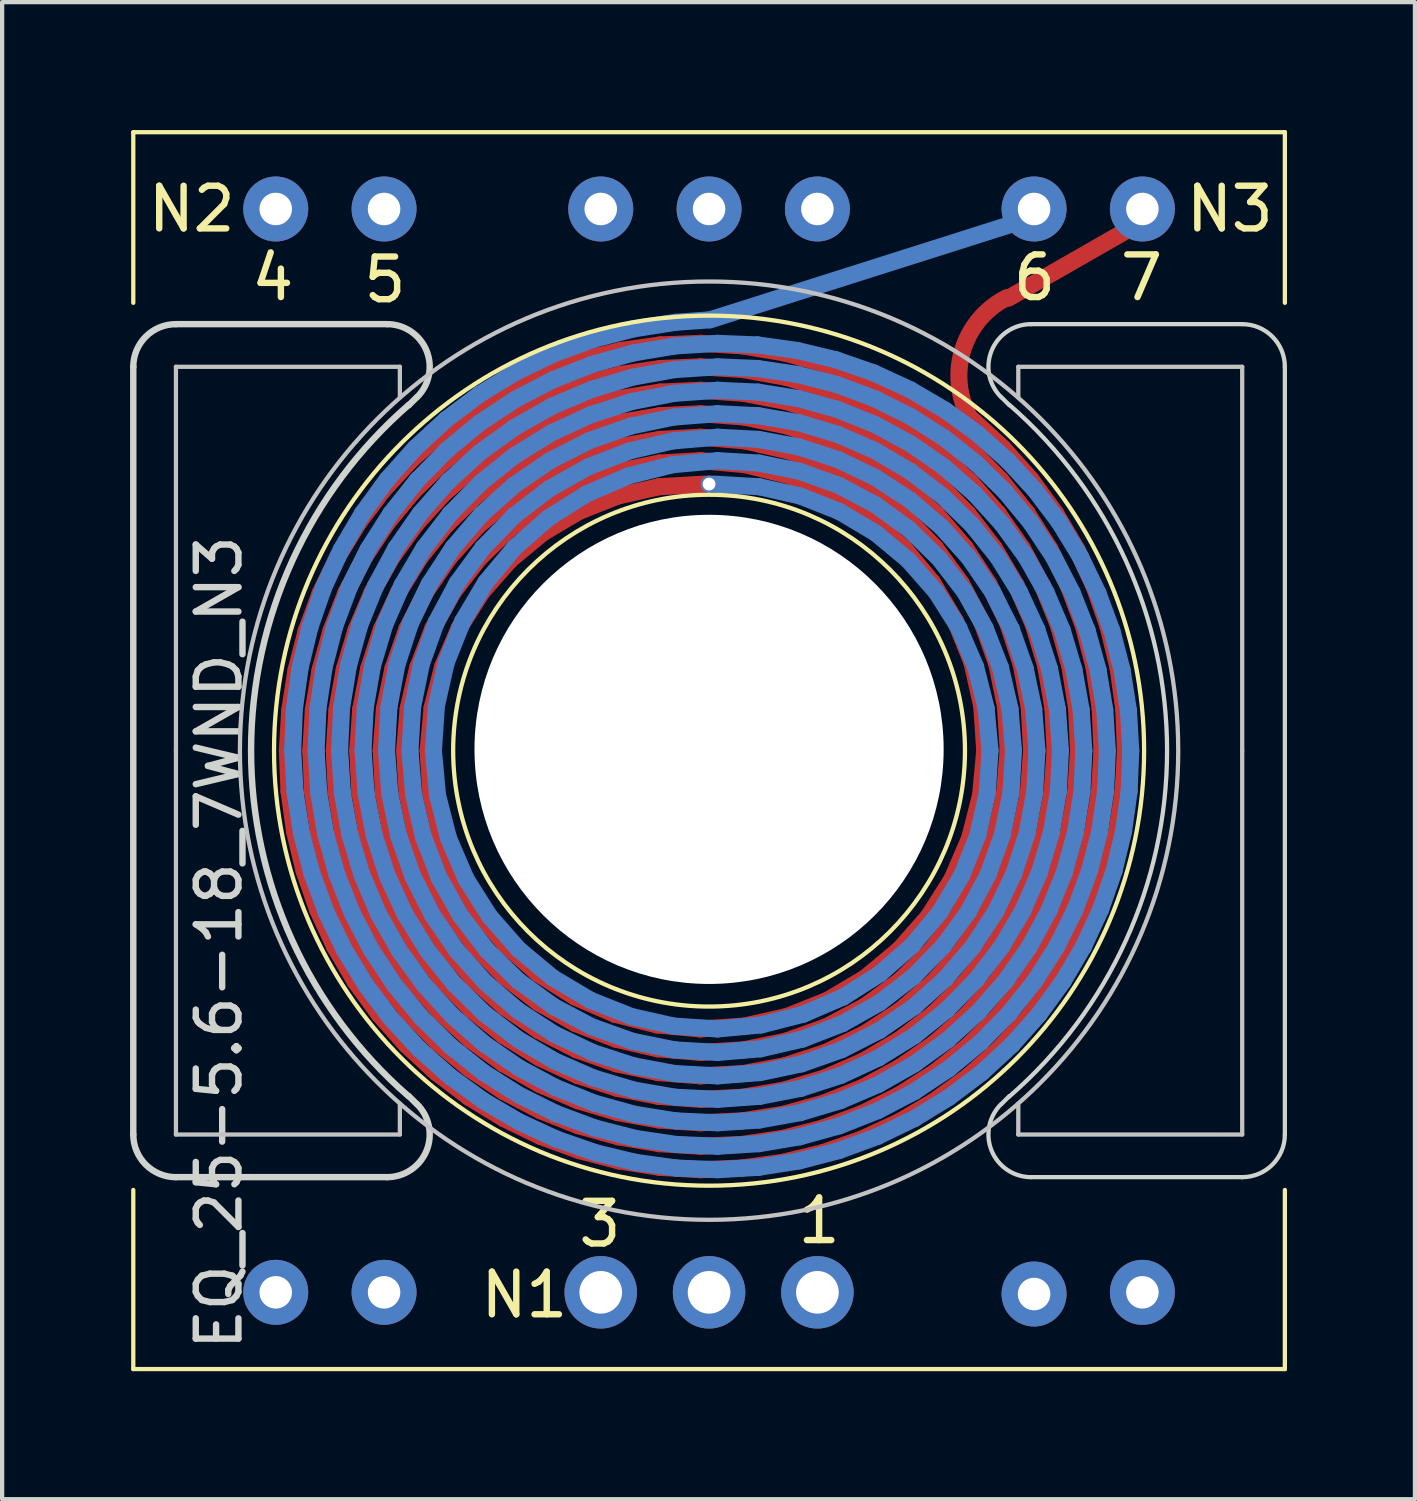
<source format=kicad_pcb>
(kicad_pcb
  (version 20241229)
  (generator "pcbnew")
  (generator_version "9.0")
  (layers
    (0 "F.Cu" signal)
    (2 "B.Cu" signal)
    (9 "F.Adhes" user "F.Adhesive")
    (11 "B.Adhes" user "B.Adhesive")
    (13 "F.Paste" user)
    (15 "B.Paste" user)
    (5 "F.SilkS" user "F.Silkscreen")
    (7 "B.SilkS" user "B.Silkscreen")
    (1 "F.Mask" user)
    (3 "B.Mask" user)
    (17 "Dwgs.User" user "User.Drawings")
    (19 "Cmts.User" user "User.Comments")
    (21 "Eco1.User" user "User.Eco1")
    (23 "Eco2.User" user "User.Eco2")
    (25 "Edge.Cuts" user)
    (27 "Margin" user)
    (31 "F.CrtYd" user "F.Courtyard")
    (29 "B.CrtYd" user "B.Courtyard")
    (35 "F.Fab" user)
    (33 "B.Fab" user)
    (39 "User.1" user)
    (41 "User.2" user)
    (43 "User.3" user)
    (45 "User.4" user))
  (footprint "EQ_25-5.6-18_7WND_N3"
    (layer "F.Cu")
    (at 13.575 14.55)
    (property "Reference" "EQ_25-5.6-18_7WND_N3" (at -11.49 4.5 90) (layer "Edge.Cuts") (effects (font (size 1 1) (thickness 0.15))))
    (attr through_hole)
    (fp_line (start -9.887 0) (end -9.849 0.95) (stroke (width 0.4) (type solid)) (layer "F.Cu"))
    (fp_line (start -9.849 0.95) (end -9.718 1.893) (stroke (width 0.4) (type solid)) (layer "F.Cu"))
    (fp_line (start -9.832 -0.949) (end -9.887 0) (stroke (width 0.4) (type solid)) (layer "F.Cu"))
    (fp_line (start -9.718 1.893) (end -9.495 2.82) (stroke (width 0.4) (type solid)) (layer "F.Cu"))
    (fp_line (start -9.684 -1.887) (end -9.832 -0.949) (stroke (width 0.4) (type solid)) (layer "F.Cu"))
    (fp_line (start -9.495 2.82) (end -9.182 3.72) (stroke (width 0.4) (type solid)) (layer "F.Cu"))
    (fp_line (start -9.446 -2.805) (end -9.684 -1.887) (stroke (width 0.4) (type solid)) (layer "F.Cu"))
    (fp_line (start -9.338 0) (end -9.297 0.956) (stroke (width 0.4) (type solid)) (layer "F.Cu"))
    (fp_line (start -9.297 0.956) (end -9.156 1.904) (stroke (width 0.4) (type solid)) (layer "F.Cu"))
    (fp_line (start -9.278 -0.954) (end -9.338 0) (stroke (width 0.4) (type solid)) (layer "F.Cu"))
    (fp_line (start -9.182 3.72) (end -8.782 4.587) (stroke (width 0.4) (type solid)) (layer "F.Cu"))
    (fp_line (start -9.156 1.904) (end -8.916 2.832) (stroke (width 0.4) (type solid)) (layer "F.Cu"))
    (fp_line (start -9.12 -1.896) (end -9.278 -0.954) (stroke (width 0.4) (type solid)) (layer "F.Cu"))
    (fp_line (start -9.118 -3.694) (end -9.446 -2.805) (stroke (width 0.4) (type solid)) (layer "F.Cu"))
    (fp_line (start -8.916 2.832) (end -8.581 3.731) (stroke (width 0.4) (type solid)) (layer "F.Cu"))
    (fp_line (start -8.864 -2.815) (end -9.12 -1.896) (stroke (width 0.4) (type solid)) (layer "F.Cu"))
    (fp_line (start -8.787 0) (end -8.743 0.963) (stroke (width 0.4) (type solid)) (layer "F.Cu"))
    (fp_line (start -8.782 4.587) (end -8.298 5.411) (stroke (width 0.4) (type solid)) (layer "F.Cu"))
    (fp_line (start -8.743 0.963) (end -8.591 1.915) (stroke (width 0.4) (type solid)) (layer "F.Cu"))
    (fp_line (start -8.724 -0.96) (end -8.787 0) (stroke (width 0.4) (type solid)) (layer "F.Cu"))
    (fp_line (start -8.706 -4.546) (end -9.118 -3.694) (stroke (width 0.4) (type solid)) (layer "F.Cu"))
    (fp_line (start -8.591 1.915) (end -8.333 2.846) (stroke (width 0.4) (type solid)) (layer "F.Cu"))
    (fp_line (start -8.581 3.731) (end -8.153 4.592) (stroke (width 0.4) (type solid)) (layer "F.Cu"))
    (fp_line (start -8.553 -1.907) (end -8.724 -0.96) (stroke (width 0.4) (type solid)) (layer "F.Cu"))
    (fp_line (start -8.514 -3.702) (end -8.864 -2.815) (stroke (width 0.4) (type solid)) (layer "F.Cu"))
    (fp_line (start -8.333 2.846) (end -7.972 3.743) (stroke (width 0.4) (type solid)) (layer "F.Cu"))
    (fp_line (start -8.298 5.411) (end -7.735 6.184) (stroke (width 0.4) (type solid)) (layer "F.Cu"))
    (fp_line (start -8.278 -2.827) (end -8.553 -1.907) (stroke (width 0.4) (type solid)) (layer "F.Cu"))
    (fp_line (start -8.238 0) (end -8.189 0.97) (stroke (width 0.4) (type solid)) (layer "F.Cu"))
    (fp_line (start -8.212 -5.353) (end -8.706 -4.546) (stroke (width 0.4) (type solid)) (layer "F.Cu"))
    (fp_line (start -8.189 0.97) (end -8.024 1.929) (stroke (width 0.4) (type solid)) (layer "F.Cu"))
    (fp_line (start -8.168 -0.968) (end -8.238 0) (stroke (width 0.4) (type solid)) (layer "F.Cu"))
    (fp_line (start -8.153 4.592) (end -7.637 5.403) (stroke (width 0.4) (type solid)) (layer "F.Cu"))
    (fp_line (start -8.074 -4.546) (end -8.514 -3.702) (stroke (width 0.4) (type solid)) (layer "F.Cu"))
    (fp_line (start -8.024 1.929) (end -7.745 2.861) (stroke (width 0.4) (type solid)) (layer "F.Cu"))
    (fp_line (start -7.983 -1.918) (end -8.168 -0.968) (stroke (width 0.4) (type solid)) (layer "F.Cu"))
    (fp_line (start -7.972 3.743) (end -7.513 4.595) (stroke (width 0.4) (type solid)) (layer "F.Cu"))
    (fp_line (start -7.902 -3.709) (end -8.278 -2.827) (stroke (width 0.4) (type solid)) (layer "F.Cu"))
    (fp_line (start -7.745 2.861) (end -7.354 3.755) (stroke (width 0.4) (type solid)) (layer "F.Cu"))
    (fp_line (start -7.735 6.184) (end -7.099 6.899) (stroke (width 0.4) (type solid)) (layer "F.Cu"))
    (fp_line (start -7.688 0) (end -7.635 0.979) (stroke (width 0.4) (type solid)) (layer "F.Cu"))
    (fp_line (start -7.686 -2.839) (end -7.983 -1.918) (stroke (width 0.4) (type solid)) (layer "F.Cu"))
    (fp_line (start -7.642 -6.108) (end -8.212 -5.353) (stroke (width 0.4) (type solid)) (layer "F.Cu"))
    (fp_line (start -7.637 5.403) (end -7.038 6.157) (stroke (width 0.4) (type solid)) (layer "F.Cu"))
    (fp_line (start -7.635 0.979) (end -7.455 1.944) (stroke (width 0.4) (type solid)) (layer "F.Cu"))
    (fp_line (start -7.612 -0.976) (end -7.688 0) (stroke (width 0.4) (type solid)) (layer "F.Cu"))
    (fp_line (start -7.548 -5.339) (end -8.074 -4.546) (stroke (width 0.4) (type solid)) (layer "F.Cu"))
    (fp_line (start -7.513 4.595) (end -6.96 5.391) (stroke (width 0.4) (type solid)) (layer "F.Cu"))
    (fp_line (start -7.455 1.944) (end -7.149 2.878) (stroke (width 0.4) (type solid)) (layer "F.Cu"))
    (fp_line (start -7.43 -4.543) (end -7.902 -3.709) (stroke (width 0.4) (type solid)) (layer "F.Cu"))
    (fp_line (start -7.41 -1.932) (end -7.612 -0.976) (stroke (width 0.4) (type solid)) (layer "F.Cu"))
    (fp_line (start -7.354 3.755) (end -6.858 4.596) (stroke (width 0.4) (type solid)) (layer "F.Cu"))
    (fp_line (start -7.279 -3.716) (end -7.686 -2.839) (stroke (width 0.4) (type solid)) (layer "F.Cu"))
    (fp_line (start -7.149 2.878) (end -6.724 3.767) (stroke (width 0.4) (type solid)) (layer "F.Cu"))
    (fp_line (start -7.138 0) (end -7.079 0.989) (stroke (width 0.4) (type solid)) (layer "F.Cu"))
    (fp_line (start -7.099 6.899) (end -6.395 7.548) (stroke (width 0.4) (type solid)) (layer "F.Cu"))
    (fp_line (start -7.086 -2.852) (end -7.41 -1.932) (stroke (width 0.4) (type solid)) (layer "F.Cu"))
    (fp_line (start -7.079 0.989) (end -6.88 1.962) (stroke (width 0.4) (type solid)) (layer "F.Cu"))
    (fp_line (start -7.055 -0.986) (end -7.138 0) (stroke (width 0.4) (type solid)) (layer "F.Cu"))
    (fp_line (start -7.038 6.157) (end -6.363 6.845) (stroke (width 0.4) (type solid)) (layer "F.Cu"))
    (fp_line (start -7.001 -6.801) (end -7.642 -6.108) (stroke (width 0.4) (type solid)) (layer "F.Cu"))
    (fp_line (start -6.96 5.391) (end -6.321 6.121) (stroke (width 0.4) (type solid)) (layer "F.Cu"))
    (fp_line (start -6.943 -6.071) (end -7.548 -5.339) (stroke (width 0.4) (type solid)) (layer "F.Cu"))
    (fp_line (start -6.88 1.962) (end -6.545 2.898) (stroke (width 0.4) (type solid)) (layer "F.Cu"))
    (fp_line (start -6.868 -5.317) (end -7.43 -4.543) (stroke (width 0.4) (type solid)) (layer "F.Cu"))
    (fp_line (start -6.858 4.596) (end -6.264 5.372) (stroke (width 0.4) (type solid)) (layer "F.Cu"))
    (fp_line (start -6.832 -1.947) (end -7.055 -0.986) (stroke (width 0.4) (type solid)) (layer "F.Cu"))
    (fp_line (start -6.771 -4.536) (end -7.279 -3.716) (stroke (width 0.4) (type solid)) (layer "F.Cu"))
    (fp_line (start -6.724 3.767) (end -6.186 4.593) (stroke (width 0.4) (type solid)) (layer "F.Cu"))
    (fp_line (start -6.645 -3.721) (end -7.086 -2.852) (stroke (width 0.4) (type solid)) (layer "F.Cu"))
    (fp_line (start -6.588 0) (end -6.522 1.001) (stroke (width 0.4) (type solid)) (layer "F.Cu"))
    (fp_line (start -6.545 2.898) (end -6.078 3.778) (stroke (width 0.4) (type solid)) (layer "F.Cu"))
    (fp_line (start -6.522 1.001) (end -6.301 1.982) (stroke (width 0.4) (type solid)) (layer "F.Cu"))
    (fp_line (start -6.495 -0.997) (end -6.588 0) (stroke (width 0.4) (type solid)) (layer "F.Cu"))
    (fp_line (start -6.476 -2.866) (end -6.832 -1.947) (stroke (width 0.4) (type solid)) (layer "F.Cu"))
    (fp_line (start -6.395 7.548) (end -5.63 8.126) (stroke (width 0.4) (type solid)) (layer "F.Cu"))
    (fp_line (start -6.363 6.845) (end -5.619 7.459) (stroke (width 0.4) (type solid)) (layer "F.Cu"))
    (fp_line (start -6.321 6.121) (end -5.603 6.775) (stroke (width 0.4) (type solid)) (layer "F.Cu"))
    (fp_line (start -6.301 1.982) (end -5.928 2.919) (stroke (width 0.4) (type solid)) (layer "F.Cu"))
    (fp_line (start -6.297 -7.429) (end -7.001 -6.801) (stroke (width 0.4) (type solid)) (layer "F.Cu"))
    (fp_line (start -6.265 -6.736) (end -6.943 -6.071) (stroke (width 0.4) (type solid)) (layer "F.Cu"))
    (fp_line (start -6.264 5.372) (end -5.579 6.072) (stroke (width 0.4) (type solid)) (layer "F.Cu"))
    (fp_line (start -6.249 -1.965) (end -6.495 -0.997) (stroke (width 0.4) (type solid)) (layer "F.Cu"))
    (fp_line (start -6.224 -6.024) (end -6.868 -5.317) (stroke (width 0.4) (type solid)) (layer "F.Cu"))
    (fp_line (start -6.186 4.593) (end -5.543 5.343) (stroke (width 0.4) (type solid)) (layer "F.Cu"))
    (fp_line (start -6.169 -5.288) (end -6.771 -4.536) (stroke (width 0.4) (type solid)) (layer "F.Cu"))
    (fp_line (start -6.095 -4.523) (end -6.645 -3.721) (stroke (width 0.4) (type solid)) (layer "F.Cu"))
    (fp_line (start -6.078 3.778) (end -5.49 4.584) (stroke (width 0.4) (type solid)) (layer "F.Cu"))
    (fp_line (start -5.994 -3.724) (end -6.476 -2.866) (stroke (width 0.4) (type solid)) (layer "F.Cu"))
    (fp_line (start -5.928 2.919) (end -5.412 3.787) (stroke (width 0.4) (type solid)) (layer "F.Cu"))
    (fp_line (start -5.855 -2.881) (end -6.249 -1.965) (stroke (width 0.4) (type solid)) (layer "F.Cu"))
    (fp_line (start -5.63 8.126) (end -4.811 8.627) (stroke (width 0.4) (type solid)) (layer "F.Cu"))
    (fp_line (start -5.619 7.459) (end -4.815 7.993) (stroke (width 0.4) (type solid)) (layer "F.Cu"))
    (fp_line (start -5.603 6.775) (end -4.816 7.346) (stroke (width 0.4) (type solid)) (layer "F.Cu"))
    (fp_line (start -5.579 6.072) (end -4.814 6.684) (stroke (width 0.4) (type solid)) (layer "F.Cu"))
    (fp_line (start -5.543 5.343) (end -4.807 6.004) (stroke (width 0.4) (type solid)) (layer "F.Cu"))
    (fp_line (start -5.534 -7.983) (end -6.297 -7.429) (stroke (width 0.4) (type solid)) (layer "F.Cu"))
    (fp_line (start -5.522 -7.326) (end -6.265 -6.736) (stroke (width 0.4) (type solid)) (layer "F.Cu"))
    (fp_line (start -5.505 -6.653) (end -6.224 -6.024) (stroke (width 0.4) (type solid)) (layer "F.Cu"))
    (fp_line (start -5.49 4.584) (end -4.792 5.3) (stroke (width 0.4) (type solid)) (layer "F.Cu"))
    (fp_line (start -5.481 -5.961) (end -6.169 -5.288) (stroke (width 0.4) (type solid)) (layer "F.Cu"))
    (fp_line (start -5.446 -5.246) (end -6.095 -4.523) (stroke (width 0.4) (type solid)) (layer "F.Cu"))
    (fp_line (start -5.412 3.787) (end -4.765 4.565) (stroke (width 0.4) (type solid)) (layer "F.Cu"))
    (fp_line (start -5.396 -4.502) (end -5.994 -3.724) (stroke (width 0.4) (type solid)) (layer "F.Cu"))
    (fp_line (start -5.323 -3.722) (end -5.855 -2.881) (stroke (width 0.4) (type solid)) (layer "F.Cu"))
    (fp_line (start -4.816 7.346) (end -3.969 7.826) (stroke (width 0.4) (type solid)) (layer "F.Cu"))
    (fp_line (start -4.815 7.993) (end -3.958 8.44) (stroke (width 0.4) (type solid)) (layer "F.Cu"))
    (fp_line (start -4.814 6.684) (end -3.979 7.201) (stroke (width 0.4) (type solid)) (layer "F.Cu"))
    (fp_line (start -4.811 8.627) (end -3.947 9.045) (stroke (width 0.4) (type solid)) (layer "F.Cu"))
    (fp_line (start -4.807 6.004) (end -3.99 6.564) (stroke (width 0.4) (type solid)) (layer "F.Cu"))
    (fp_line (start -4.792 5.3) (end -3.998 5.91) (stroke (width 0.4) (type solid)) (layer "F.Cu"))
    (fp_line (start -4.765 4.565) (end -4.003 5.234) (stroke (width 0.4) (type solid)) (layer "F.Cu"))
    (fp_line (start -4.723 -7.834) (end -5.522 -7.326) (stroke (width 0.4) (type solid)) (layer "F.Cu"))
    (fp_line (start -4.722 -8.46) (end -5.534 -7.983) (stroke (width 0.4) (type solid)) (layer "F.Cu"))
    (fp_line (start -4.722 -7.196) (end -5.505 -6.653) (stroke (width 0.4) (type solid)) (layer "F.Cu"))
    (fp_line (start -4.718 -6.545) (end -5.481 -5.961) (stroke (width 0.4) (type solid)) (layer "F.Cu"))
    (fp_line (start -4.709 -5.877) (end -5.446 -5.246) (stroke (width 0.4) (type solid)) (layer "F.Cu"))
    (fp_line (start -4.694 -5.186) (end -5.396 -4.502) (stroke (width 0.4) (type solid)) (layer "F.Cu"))
    (fp_line (start -4.668 -4.468) (end -5.323 -3.722) (stroke (width 0.4) (type solid)) (layer "F.Cu"))
    (fp_line (start -4.003 5.234) (end -3.144 5.777) (stroke (width 0.4) (type solid)) (layer "F.Cu"))
    (fp_line (start -3.998 5.91) (end -3.123 6.402) (stroke (width 0.4) (type solid)) (layer "F.Cu"))
    (fp_line (start -3.99 6.564) (end -3.105 7.013) (stroke (width 0.4) (type solid)) (layer "F.Cu"))
    (fp_line (start -3.979 7.201) (end -3.088 7.614) (stroke (width 0.4) (type solid)) (layer "F.Cu"))
    (fp_line (start -3.969 7.826) (end -3.072 8.208) (stroke (width 0.4) (type solid)) (layer "F.Cu"))
    (fp_line (start -3.958 8.44) (end -3.058 8.795) (stroke (width 0.4) (type solid)) (layer "F.Cu"))
    (fp_line (start -3.947 9.045) (end -3.045 9.377) (stroke (width 0.4) (type solid)) (layer "F.Cu"))
    (fp_line (start -3.906 -5.101) (end -4.668 -4.468) (stroke (width 0.4) (type solid)) (layer "F.Cu"))
    (fp_line (start -3.903 -5.763) (end -4.694 -5.186) (stroke (width 0.4) (type solid)) (layer "F.Cu"))
    (fp_line (start -3.898 -6.405) (end -4.709 -5.877) (stroke (width 0.4) (type solid)) (layer "F.Cu"))
    (fp_line (start -3.891 -7.033) (end -4.718 -6.545) (stroke (width 0.4) (type solid)) (layer "F.Cu"))
    (fp_line (start -3.883 -7.649) (end -4.722 -7.196) (stroke (width 0.4) (type solid)) (layer "F.Cu"))
    (fp_line (start -3.876 -8.255) (end -4.723 -7.834) (stroke (width 0.4) (type solid)) (layer "F.Cu"))
    (fp_line (start -3.868 -8.855) (end -4.722 -8.46) (stroke (width 0.4) (type solid)) (layer "F.Cu"))
    (fp_line (start -3.144 5.777) (end -2.208 6.179) (stroke (width 0.4) (type solid)) (layer "F.Cu"))
    (fp_line (start -3.123 6.402) (end -2.186 6.764) (stroke (width 0.4) (type solid)) (layer "F.Cu"))
    (fp_line (start -3.105 7.013) (end -2.168 7.343) (stroke (width 0.4) (type solid)) (layer "F.Cu"))
    (fp_line (start -3.088 7.614) (end -2.151 7.917) (stroke (width 0.4) (type solid)) (layer "F.Cu"))
    (fp_line (start -3.072 8.208) (end -2.137 8.487) (stroke (width 0.4) (type solid)) (layer "F.Cu"))
    (fp_line (start -3.058 8.795) (end -2.125 9.054) (stroke (width 0.4) (type solid)) (layer "F.Cu"))
    (fp_line (start -3.056 -5.606) (end -3.906 -5.101) (stroke (width 0.4) (type solid)) (layer "F.Cu"))
    (fp_line (start -3.045 9.377) (end -2.113 9.619) (stroke (width 0.4) (type solid)) (layer "F.Cu"))
    (fp_line (start -3.04 -6.22) (end -3.903 -5.763) (stroke (width 0.4) (type solid)) (layer "F.Cu"))
    (fp_line (start -3.026 -6.822) (end -3.898 -6.405) (stroke (width 0.4) (type solid)) (layer "F.Cu"))
    (fp_line (start -3.013 -7.416) (end -3.891 -7.033) (stroke (width 0.4) (type solid)) (layer "F.Cu"))
    (fp_line (start -3.001 -8.004) (end -3.883 -7.649) (stroke (width 0.4) (type solid)) (layer "F.Cu"))
    (fp_line (start -2.99 -8.586) (end -3.876 -8.255) (stroke (width 0.4) (type solid)) (layer "F.Cu"))
    (fp_line (start -2.98 -9.163) (end -3.868 -8.855) (stroke (width 0.4) (type solid)) (layer "F.Cu"))
    (fp_line (start -2.208 6.179) (end -1.219 6.431) (stroke (width 0.4) (type solid)) (layer "F.Cu"))
    (fp_line (start -2.186 6.764) (end -1.205 6.991) (stroke (width 0.4) (type solid)) (layer "F.Cu"))
    (fp_line (start -2.168 7.343) (end -1.194 7.548) (stroke (width 0.4) (type solid)) (layer "F.Cu"))
    (fp_line (start -2.151 7.917) (end -1.184 8.105) (stroke (width 0.4) (type solid)) (layer "F.Cu"))
    (fp_line (start -2.14 -5.97) (end -3.056 -5.606) (stroke (width 0.4) (type solid)) (layer "F.Cu"))
    (fp_line (start -2.137 8.487) (end -1.176 8.66) (stroke (width 0.4) (type solid)) (layer "F.Cu"))
    (fp_line (start -2.125 9.054) (end -1.169 9.215) (stroke (width 0.4) (type solid)) (layer "F.Cu"))
    (fp_line (start -2.123 -6.549) (end -3.04 -6.22) (stroke (width 0.4) (type solid)) (layer "F.Cu"))
    (fp_line (start -2.113 9.619) (end -1.162 9.769) (stroke (width 0.4) (type solid)) (layer "F.Cu"))
    (fp_line (start -2.108 -7.122) (end -3.026 -6.822) (stroke (width 0.4) (type solid)) (layer "F.Cu"))
    (fp_line (start -2.096 -7.691) (end -3.013 -7.416) (stroke (width 0.4) (type solid)) (layer "F.Cu"))
    (fp_line (start -2.085 -8.257) (end -3.001 -8.004) (stroke (width 0.4) (type solid)) (layer "F.Cu"))
    (fp_line (start -2.075 -8.821) (end -2.99 -8.586) (stroke (width 0.4) (type solid)) (layer "F.Cu"))
    (fp_line (start -2.066 -9.383) (end -2.98 -9.163) (stroke (width 0.4) (type solid)) (layer "F.Cu"))
    (fp_line (start -1.219 6.431) (end -0.2 6.525) (stroke (width 0.4) (type solid)) (layer "F.Cu"))
    (fp_line (start -1.205 6.991) (end -0.2 7.075) (stroke (width 0.4) (type solid)) (layer "F.Cu"))
    (fp_line (start -1.194 7.548) (end -0.2 7.625) (stroke (width 0.4) (type solid)) (layer "F.Cu"))
    (fp_line (start -1.184 8.105) (end -0.2 8.175) (stroke (width 0.4) (type solid)) (layer "F.Cu"))
    (fp_line (start -1.18 -6.187) (end -2.14 -5.97) (stroke (width 0.4) (type solid)) (layer "F.Cu"))
    (fp_line (start -1.176 8.66) (end -0.2 8.725) (stroke (width 0.4) (type solid)) (layer "F.Cu"))
    (fp_line (start -1.17 -6.743) (end -2.123 -6.549) (stroke (width 0.4) (type solid)) (layer "F.Cu"))
    (fp_line (start -1.169 9.215) (end -0.2 9.275) (stroke (width 0.4) (type solid)) (layer "F.Cu"))
    (fp_line (start -1.162 9.769) (end -0.2 9.825) (stroke (width 0.4) (type solid)) (layer "F.Cu"))
    (fp_line (start -1.161 -7.298) (end -2.108 -7.122) (stroke (width 0.4) (type solid)) (layer "F.Cu"))
    (fp_line (start -1.154 -7.853) (end -2.096 -7.691) (stroke (width 0.4) (type solid)) (layer "F.Cu"))
    (fp_line (start -1.147 -8.407) (end -2.085 -8.257) (stroke (width 0.4) (type solid)) (layer "F.Cu"))
    (fp_line (start -1.142 -8.96) (end -2.075 -8.821) (stroke (width 0.4) (type solid)) (layer "F.Cu"))
    (fp_line (start -1.137 -9.513) (end -2.066 -9.383) (stroke (width 0.4) (type solid)) (layer "F.Cu"))
    (fp_line (start -0.2 -9.55) (end -1.137 -9.513) (stroke (width 0.4) (type solid)) (layer "F.Cu"))
    (fp_line (start -0.2 -9) (end -1.142 -8.96) (stroke (width 0.4) (type solid)) (layer "F.Cu"))
    (fp_line (start -0.2 -8.45) (end -1.147 -8.407) (stroke (width 0.4) (type solid)) (layer "F.Cu"))
    (fp_line (start -0.2 -7.9) (end -1.154 -7.853) (stroke (width 0.4) (type solid)) (layer "F.Cu"))
    (fp_line (start -0.2 -7.35) (end -1.161 -7.298) (stroke (width 0.4) (type solid)) (layer "F.Cu"))
    (fp_line (start -0.2 -6.8) (end -1.17 -6.743) (stroke (width 0.4) (type solid)) (layer "F.Cu"))
    (fp_line (start -0.2 6.525) (end 0.823 6.458) (stroke (width 0.4) (type solid)) (layer "F.Cu"))
    (fp_line (start -0.2 7.075) (end 0.809 7.015) (stroke (width 0.4) (type solid)) (layer "F.Cu"))
    (fp_line (start -0.2 7.625) (end 0.797 7.571) (stroke (width 0.4) (type solid)) (layer "F.Cu"))
    (fp_line (start -0.2 8.175) (end 0.787 8.126) (stroke (width 0.4) (type solid)) (layer "F.Cu"))
    (fp_line (start -0.2 8.725) (end 0.778 8.68) (stroke (width 0.4) (type solid)) (layer "F.Cu"))
    (fp_line (start -0.2 9.275) (end 0.77 9.233) (stroke (width 0.4) (type solid)) (layer "F.Cu"))
    (fp_line (start -0.2 9.825) (end 0.764 9.786) (stroke (width 0.4) (type solid)) (layer "F.Cu"))
    (fp_line (start -0.1 -6.25) (end -1.18 -6.187) (stroke (width 0.4) (type solid)) (layer "F.Cu"))
    (fp_line (start 0.764 9.786) (end 1.72 9.653) (stroke (width 0.4) (type solid)) (layer "F.Cu"))
    (fp_line (start 0.77 9.233) (end 1.732 9.09) (stroke (width 0.4) (type solid)) (layer "F.Cu"))
    (fp_line (start 0.778 8.68) (end 1.746 8.525) (stroke (width 0.4) (type solid)) (layer "F.Cu"))
    (fp_line (start 0.787 8.126) (end 1.761 7.958) (stroke (width 0.4) (type solid)) (layer "F.Cu"))
    (fp_line (start 0.797 7.571) (end 1.779 7.387) (stroke (width 0.4) (type solid)) (layer "F.Cu"))
    (fp_line (start 0.797 -9.489) (end -0.2 -9.55) (stroke (width 0.4) (type solid)) (layer "F.Cu"))
    (fp_line (start 0.807 -8.934) (end -0.2 -9) (stroke (width 0.4) (type solid)) (layer "F.Cu"))
    (fp_line (start 0.809 7.015) (end 1.8 6.812) (stroke (width 0.4) (type solid)) (layer "F.Cu"))
    (fp_line (start 0.817 -8.378) (end -0.2 -8.45) (stroke (width 0.4) (type solid)) (layer "F.Cu"))
    (fp_line (start 0.823 6.458) (end 1.825 6.232) (stroke (width 0.4) (type solid)) (layer "F.Cu"))
    (fp_line (start 0.83 -7.821) (end -0.2 -7.9) (stroke (width 0.4) (type solid)) (layer "F.Cu"))
    (fp_line (start 0.844 -7.263) (end -0.2 -7.35) (stroke (width 0.4) (type solid)) (layer "F.Cu"))
    (fp_line (start 0.862 -6.703) (end -0.2 -6.8) (stroke (width 0.4) (type solid)) (layer "F.Cu"))
    (fp_line (start 1.72 9.653) (end 2.66 9.427) (stroke (width 0.4) (type solid)) (layer "F.Cu"))
    (fp_line (start 1.732 9.09) (end 2.675 8.847) (stroke (width 0.4) (type solid)) (layer "F.Cu"))
    (fp_line (start 1.746 8.525) (end 2.691 8.263) (stroke (width 0.4) (type solid)) (layer "F.Cu"))
    (fp_line (start 1.761 7.958) (end 2.71 7.673) (stroke (width 0.4) (type solid)) (layer "F.Cu"))
    (fp_line (start 1.779 7.387) (end 2.731 7.076) (stroke (width 0.4) (type solid)) (layer "F.Cu"))
    (fp_line (start 1.782 -9.323) (end 0.797 -9.489) (stroke (width 0.4) (type solid)) (layer "F.Cu"))
    (fp_line (start 1.798 -8.755) (end 0.807 -8.934) (stroke (width 0.4) (type solid)) (layer "F.Cu"))
    (fp_line (start 1.8 6.812) (end 2.755 6.47) (stroke (width 0.4) (type solid)) (layer "F.Cu"))
    (fp_line (start 1.817 -8.184) (end 0.817 -8.378) (stroke (width 0.4) (type solid)) (layer "F.Cu"))
    (fp_line (start 1.825 6.232) (end 2.781 5.851) (stroke (width 0.4) (type solid)) (layer "F.Cu"))
    (fp_line (start 1.839 -7.609) (end 0.83 -7.821) (stroke (width 0.4) (type solid)) (layer "F.Cu"))
    (fp_line (start 1.864 -7.028) (end 0.844 -7.263) (stroke (width 0.4) (type solid)) (layer "F.Cu"))
    (fp_line (start 1.893 -6.441) (end 0.862 -6.703) (stroke (width 0.4) (type solid)) (layer "F.Cu"))
    (fp_line (start 2.66 9.427) (end 3.573 9.109) (stroke (width 0.4) (type solid)) (layer "F.Cu"))
    (fp_line (start 2.675 8.847) (end 3.587 8.507) (stroke (width 0.4) (type solid)) (layer "F.Cu"))
    (fp_line (start 2.691 8.263) (end 3.603 7.896) (stroke (width 0.4) (type solid)) (layer "F.Cu"))
    (fp_line (start 2.71 7.673) (end 3.619 7.276) (stroke (width 0.4) (type solid)) (layer "F.Cu"))
    (fp_line (start 2.731 7.076) (end 3.635 6.643) (stroke (width 0.4) (type solid)) (layer "F.Cu"))
    (fp_line (start 2.743 -9.056) (end 1.782 -9.323) (stroke (width 0.4) (type solid)) (layer "F.Cu"))
    (fp_line (start 2.755 6.47) (end 3.652 5.994) (stroke (width 0.4) (type solid)) (layer "F.Cu"))
    (fp_line (start 2.763 -8.467) (end 1.798 -8.755) (stroke (width 0.4) (type solid)) (layer "F.Cu"))
    (fp_line (start 2.781 5.851) (end 3.668 5.323) (stroke (width 0.4) (type solid)) (layer "F.Cu"))
    (fp_line (start 2.785 -7.871) (end 1.817 -8.184) (stroke (width 0.4) (type solid)) (layer "F.Cu"))
    (fp_line (start 2.81 -7.267) (end 1.839 -7.609) (stroke (width 0.4) (type solid)) (layer "F.Cu"))
    (fp_line (start 2.838 -6.652) (end 1.864 -7.028) (stroke (width 0.4) (type solid)) (layer "F.Cu"))
    (fp_line (start 2.868 -6.022) (end 1.893 -6.441) (stroke (width 0.4) (type solid)) (layer "F.Cu"))
    (fp_line (start 3.573 9.109) (end 4.452 8.703) (stroke (width 0.4) (type solid)) (layer "F.Cu"))
    (fp_line (start 3.587 8.507) (end 4.46 8.072) (stroke (width 0.4) (type solid)) (layer "F.Cu"))
    (fp_line (start 3.603 7.896) (end 4.468 7.429) (stroke (width 0.4) (type solid)) (layer "F.Cu"))
    (fp_line (start 3.619 7.276) (end 4.474 6.771) (stroke (width 0.4) (type solid)) (layer "F.Cu"))
    (fp_line (start 3.635 6.643) (end 4.477 6.095) (stroke (width 0.4) (type solid)) (layer "F.Cu"))
    (fp_line (start 3.652 5.994) (end 4.474 5.394) (stroke (width 0.4) (type solid)) (layer "F.Cu"))
    (fp_line (start 3.668 5.323) (end 4.462 4.662) (stroke (width 0.4) (type solid)) (layer "F.Cu"))
    (fp_line (start 3.669 -8.691) (end 2.743 -9.056) (stroke (width 0.4) (type solid)) (layer "F.Cu"))
    (fp_line (start 3.688 -8.073) (end 2.763 -8.467) (stroke (width 0.4) (type solid)) (layer "F.Cu"))
    (fp_line (start 3.707 -7.445) (end 2.785 -7.871) (stroke (width 0.4) (type solid)) (layer "F.Cu"))
    (fp_line (start 3.727 -6.802) (end 2.81 -7.267) (stroke (width 0.4) (type solid)) (layer "F.Cu"))
    (fp_line (start 3.747 -6.141) (end 2.838 -6.652) (stroke (width 0.4) (type solid)) (layer "F.Cu"))
    (fp_line (start 3.765 -5.457) (end 2.868 -6.022) (stroke (width 0.4) (type solid)) (layer "F.Cu"))
    (fp_line (start 4.452 8.703) (end 5.287 8.212) (stroke (width 0.4) (type solid)) (layer "F.Cu"))
    (fp_line (start 4.46 8.072) (end 5.284 7.548) (stroke (width 0.4) (type solid)) (layer "F.Cu"))
    (fp_line (start 4.462 4.662) (end 5.146 3.884) (stroke (width 0.4) (type solid)) (layer "F.Cu"))
    (fp_line (start 4.468 7.429) (end 5.277 6.868) (stroke (width 0.4) (type solid)) (layer "F.Cu"))
    (fp_line (start 4.474 6.771) (end 5.263 6.167) (stroke (width 0.4) (type solid)) (layer "F.Cu"))
    (fp_line (start 4.474 5.394) (end 5.204 4.682) (stroke (width 0.4) (type solid)) (layer "F.Cu"))
    (fp_line (start 4.477 6.095) (end 5.24 5.44) (stroke (width 0.4) (type solid)) (layer "F.Cu"))
    (fp_line (start 4.552 -8.231) (end 3.669 -8.691) (stroke (width 0.4) (type solid)) (layer "F.Cu"))
    (fp_line (start 4.56 -4.76) (end 3.765 -5.457) (stroke (width 0.4) (type solid)) (layer "F.Cu"))
    (fp_line (start 4.562 -7.579) (end 3.688 -8.073) (stroke (width 0.4) (type solid)) (layer "F.Cu"))
    (fp_line (start 4.57 -6.911) (end 3.707 -7.445) (stroke (width 0.4) (type solid)) (layer "F.Cu"))
    (fp_line (start 4.572 -5.508) (end 3.747 -6.141) (stroke (width 0.4) (type solid)) (layer "F.Cu"))
    (fp_line (start 4.574 -6.222) (end 3.727 -6.802) (stroke (width 0.4) (type solid)) (layer "F.Cu"))
    (fp_line (start 5.146 3.884) (end 5.7 3.006) (stroke (width 0.4) (type solid)) (layer "F.Cu"))
    (fp_line (start 5.204 4.682) (end 5.825 3.872) (stroke (width 0.4) (type solid)) (layer "F.Cu"))
    (fp_line (start 5.235 -3.948) (end 4.56 -4.76) (stroke (width 0.4) (type solid)) (layer "F.Cu"))
    (fp_line (start 5.24 5.44) (end 5.913 4.691) (stroke (width 0.4) (type solid)) (layer "F.Cu"))
    (fp_line (start 5.263 6.167) (end 5.974 5.47) (stroke (width 0.4) (type solid)) (layer "F.Cu"))
    (fp_line (start 5.277 6.868) (end 6.018 6.218) (stroke (width 0.4) (type solid)) (layer "F.Cu"))
    (fp_line (start 5.284 7.548) (end 6.049 6.94) (stroke (width 0.4) (type solid)) (layer "F.Cu"))
    (fp_line (start 5.287 8.212) (end 6.071 7.641) (stroke (width 0.4) (type solid)) (layer "F.Cu"))
    (fp_line (start 5.298 -4.764) (end 4.572 -5.508) (stroke (width 0.4) (type solid)) (layer "F.Cu"))
    (fp_line (start 5.338 -5.538) (end 4.574 -6.222) (stroke (width 0.4) (type solid)) (layer "F.Cu"))
    (fp_line (start 5.361 -6.277) (end 4.57 -6.911) (stroke (width 0.4) (type solid)) (layer "F.Cu"))
    (fp_line (start 5.375 -6.99) (end 4.562 -7.579) (stroke (width 0.4) (type solid)) (layer "F.Cu"))
    (fp_line (start 5.381 -7.682) (end 4.552 -8.231) (stroke (width 0.4) (type solid)) (layer "F.Cu"))
    (fp_line (start 5.7 3.006) (end 6.11 2.05) (stroke (width 0.4) (type solid)) (layer "F.Cu"))
    (fp_line (start 5.773 -3.043) (end 5.235 -3.948) (stroke (width 0.4) (type solid)) (layer "F.Cu"))
    (fp_line (start 5.825 3.872) (end 6.327 2.981) (stroke (width 0.4) (type solid)) (layer "F.Cu"))
    (fp_line (start 5.91 -3.926) (end 5.298 -4.764) (stroke (width 0.4) (type solid)) (layer "F.Cu"))
    (fp_line (start 5.913 4.691) (end 6.483 3.858) (stroke (width 0.4) (type solid)) (layer "F.Cu"))
    (fp_line (start 5.974 5.47) (end 6.598 4.692) (stroke (width 0.4) (type solid)) (layer "F.Cu"))
    (fp_line (start 6.004 -4.76) (end 5.338 -5.538) (stroke (width 0.4) (type solid)) (layer "F.Cu"))
    (fp_line (start 6.018 6.218) (end 6.683 5.489) (stroke (width 0.4) (type solid)) (layer "F.Cu"))
    (fp_line (start 6.049 6.94) (end 6.747 6.255) (stroke (width 0.4) (type solid)) (layer "F.Cu"))
    (fp_line (start 6.069 -5.554) (end 5.361 -6.277) (stroke (width 0.4) (type solid)) (layer "F.Cu"))
    (fp_line (start 6.071 7.641) (end 6.796 6.996) (stroke (width 0.4) (type solid)) (layer "F.Cu"))
    (fp_line (start 6.11 2.05) (end 6.367 1.04) (stroke (width 0.4) (type solid)) (layer "F.Cu"))
    (fp_line (start 6.115 -6.315) (end 5.375 -6.99) (stroke (width 0.4) (type solid)) (layer "F.Cu"))
    (fp_line (start 6.147 -7.049) (end 5.381 -7.682) (stroke (width 0.4) (type solid)) (layer "F.Cu"))
    (fp_line (start 6.163 -2.067) (end 5.773 -3.043) (stroke (width 0.4) (type solid)) (layer "F.Cu"))
    (fp_line (start 6.327 2.981) (end 6.696 2.025) (stroke (width 0.4) (type solid)) (layer "F.Cu"))
    (fp_line (start 6.367 1.04) (end 6.463 0) (stroke (width 0.4) (type solid)) (layer "F.Cu"))
    (fp_line (start 6.394 -1.044) (end 6.163 -2.067) (stroke (width 0.4) (type solid)) (layer "F.Cu"))
    (fp_line (start 6.395 -3.012) (end 5.91 -3.926) (stroke (width 0.4) (type solid)) (layer "F.Cu"))
    (fp_line (start 6.463 0) (end 6.394 -1.044) (stroke (width 0.4) (type solid)) (layer "F.Cu"))
    (fp_line (start 6.483 3.858) (end 6.94 2.957) (stroke (width 0.4) (type solid)) (layer "F.Cu"))
    (fp_line (start 6.562 -3.904) (end 6.004 -4.76) (stroke (width 0.4) (type solid)) (layer "F.Cu"))
    (fp_line (start 6.598 4.692) (end 7.123 3.843) (stroke (width 0.4) (type solid)) (layer "F.Cu"))
    (fp_line (start 6.683 5.489) (end 7.263 4.689) (stroke (width 0.4) (type solid)) (layer "F.Cu"))
    (fp_line (start 6.685 -4.752) (end 6.069 -5.554) (stroke (width 0.4) (type solid)) (layer "F.Cu"))
    (fp_line (start 6.696 2.025) (end 6.927 1.025) (stroke (width 0.4) (type solid)) (layer "F.Cu"))
    (fp_line (start 6.744 -2.039) (end 6.395 -3.012) (stroke (width 0.4) (type solid)) (layer "F.Cu"))
    (fp_line (start 6.747 6.255) (end 7.37 5.5) (stroke (width 0.4) (type solid)) (layer "F.Cu"))
    (fp_line (start 6.775 -5.562) (end 6.115 -6.315) (stroke (width 0.4) (type solid)) (layer "F.Cu"))
    (fp_line (start 6.796 6.996) (end 7.455 6.282) (stroke (width 0.4) (type solid)) (layer "F.Cu"))
    (fp_line (start 6.843 -6.341) (end 6.147 -7.049) (stroke (width 0.4) (type solid)) (layer "F.Cu"))
    (fp_line (start 6.893 -7.093) (end 6.169 -7.761) (stroke (width 0.4) (type solid)) (layer "F.Cu"))
    (fp_line (start 6.927 1.025) (end 7.013 0) (stroke (width 0.4) (type solid)) (layer "F.Cu"))
    (fp_line (start 6.94 2.957) (end 7.276 2.003) (stroke (width 0.4) (type solid)) (layer "F.Cu"))
    (fp_line (start 6.951 -1.028) (end 6.744 -2.039) (stroke (width 0.4) (type solid)) (layer "F.Cu"))
    (fp_line (start 7.003 -2.984) (end 6.562 -3.904) (stroke (width 0.4) (type solid)) (layer "F.Cu"))
    (fp_line (start 7.013 0) (end 6.951 -1.028) (stroke (width 0.4) (type solid)) (layer "F.Cu"))
    (fp_line (start 7.02 -10.61) (end 9.71 -12.15) (stroke (width 0.4) (type solid)) (layer "F.Cu"))
    (fp_line (start 7.123 3.843) (end 7.543 2.936) (stroke (width 0.4) (type solid)) (layer "F.Cu"))
    (fp_line (start 7.198 -3.883) (end 6.685 -4.752) (stroke (width 0.4) (type solid)) (layer "F.Cu"))
    (fp_line (start 7.263 4.689) (end 7.749 3.828) (stroke (width 0.4) (type solid)) (layer "F.Cu"))
    (fp_line (start 7.276 2.003) (end 7.485 1.012) (stroke (width 0.4) (type solid)) (layer "F.Cu"))
    (fp_line (start 7.32 -2.015) (end 7.003 -2.984) (stroke (width 0.4) (type solid)) (layer "F.Cu"))
    (fp_line (start 7.346 -4.741) (end 6.775 -5.562) (stroke (width 0.4) (type solid)) (layer "F.Cu"))
    (fp_line (start 7.37 5.5) (end 7.912 4.683) (stroke (width 0.4) (type solid)) (layer "F.Cu"))
    (fp_line (start 7.455 6.282) (end 8.041 5.506) (stroke (width 0.4) (type solid)) (layer "F.Cu"))
    (fp_line (start 7.459 -5.565) (end 6.843 -6.341) (stroke (width 0.4) (type solid)) (layer "F.Cu"))
    (fp_line (start 7.485 1.012) (end 7.562 0) (stroke (width 0.4) (type solid)) (layer "F.Cu"))
    (fp_line (start 7.507 -1.015) (end 7.32 -2.015) (stroke (width 0.4) (type solid)) (layer "F.Cu"))
    (fp_line (start 7.543 2.936) (end 7.85 1.984) (stroke (width 0.4) (type solid)) (layer "F.Cu"))
    (fp_line (start 7.548 -6.358) (end 6.893 -7.093) (stroke (width 0.4) (type solid)) (layer "F.Cu"))
    (fp_line (start 7.562 0) (end 7.507 -1.015) (stroke (width 0.4) (type solid)) (layer "F.Cu"))
    (fp_line (start 7.602 -2.959) (end 7.198 -3.883) (stroke (width 0.4) (type solid)) (layer "F.Cu"))
    (fp_line (start 7.749 3.828) (end 8.137 2.917) (stroke (width 0.4) (type solid)) (layer "F.Cu"))
    (fp_line (start 7.82 -3.862) (end 7.346 -4.741) (stroke (width 0.4) (type solid)) (layer "F.Cu"))
    (fp_line (start 7.85 1.984) (end 8.041 1.001) (stroke (width 0.4) (type solid)) (layer "F.Cu"))
    (fp_line (start 7.891 -1.994) (end 7.602 -2.959) (stroke (width 0.4) (type solid)) (layer "F.Cu"))
    (fp_line (start 7.912 4.683) (end 8.365 3.813) (stroke (width 0.4) (type solid)) (layer "F.Cu"))
    (fp_line (start 7.991 -4.729) (end 7.459 -5.565) (stroke (width 0.4) (type solid)) (layer "F.Cu"))
    (fp_line (start 8.041 5.506) (end 8.548 4.676) (stroke (width 0.4) (type solid)) (layer "F.Cu"))
    (fp_line (start 8.041 1.001) (end 8.113 0) (stroke (width 0.4) (type solid)) (layer "F.Cu"))
    (fp_line (start 8.062 -1.003) (end 7.891 -1.994) (stroke (width 0.4) (type solid)) (layer "F.Cu"))
    (fp_line (start 8.113 0) (end 8.062 -1.003) (stroke (width 0.4) (type solid)) (layer "F.Cu"))
    (fp_line (start 8.126 -5.564) (end 7.548 -6.358) (stroke (width 0.4) (type solid)) (layer "F.Cu"))
    (fp_line (start 8.137 2.917) (end 8.421 1.968) (stroke (width 0.4) (type solid)) (layer "F.Cu"))
    (fp_line (start 8.193 -2.937) (end 7.82 -3.862) (stroke (width 0.4) (type solid)) (layer "F.Cu"))
    (fp_line (start 8.365 3.813) (end 8.726 2.9) (stroke (width 0.4) (type solid)) (layer "F.Cu"))
    (fp_line (start 8.421 1.968) (end 8.597 0.991) (stroke (width 0.4) (type solid)) (layer "F.Cu"))
    (fp_line (start 8.432 -3.843) (end 7.991 -4.729) (stroke (width 0.4) (type solid)) (layer "F.Cu"))
    (fp_line (start 8.459 -1.976) (end 8.193 -2.937) (stroke (width 0.4) (type solid)) (layer "F.Cu"))
    (fp_line (start 8.548 4.676) (end 8.972 3.799) (stroke (width 0.4) (type solid)) (layer "F.Cu"))
    (fp_line (start 8.597 0.991) (end 8.662 0) (stroke (width 0.4) (type solid)) (layer "F.Cu"))
    (fp_line (start 8.617 -0.993) (end 8.459 -1.976) (stroke (width 0.4) (type solid)) (layer "F.Cu"))
    (fp_line (start 8.624 -4.717) (end 8.126 -5.564) (stroke (width 0.4) (type solid)) (layer "F.Cu"))
    (fp_line (start 8.662 0) (end 8.617 -0.993) (stroke (width 0.4) (type solid)) (layer "F.Cu"))
    (fp_line (start 8.726 2.9) (end 8.989 1.953) (stroke (width 0.4) (type solid)) (layer "F.Cu"))
    (fp_line (start 8.778 -2.917) (end 8.432 -3.843) (stroke (width 0.4) (type solid)) (layer "F.Cu"))
    (fp_line (start 8.972 3.799) (end 9.309 2.884) (stroke (width 0.4) (type solid)) (layer "F.Cu"))
    (fp_line (start 8.989 1.953) (end 9.152 0.983) (stroke (width 0.4) (type solid)) (layer "F.Cu"))
    (fp_line (start 9.025 -1.961) (end 8.778 -2.917) (stroke (width 0.4) (type solid)) (layer "F.Cu"))
    (fp_line (start 9.036 -3.826) (end 8.624 -4.717) (stroke (width 0.4) (type solid)) (layer "F.Cu"))
    (fp_line (start 9.152 0.983) (end 9.213 0) (stroke (width 0.4) (type solid)) (layer "F.Cu"))
    (fp_line (start 9.17 -0.985) (end 9.025 -1.961) (stroke (width 0.4) (type solid)) (layer "F.Cu"))
    (fp_line (start 9.213 0) (end 9.17 -0.985) (stroke (width 0.4) (type solid)) (layer "F.Cu"))
    (fp_line (start 9.309 2.884) (end 9.554 1.94) (stroke (width 0.4) (type solid)) (layer "F.Cu"))
    (fp_line (start 9.358 -2.899) (end 9.036 -3.826) (stroke (width 0.4) (type solid)) (layer "F.Cu"))
    (fp_line (start 9.554 1.94) (end 9.706 0.976) (stroke (width 0.4) (type solid)) (layer "F.Cu"))
    (fp_line (start 9.588 -1.947) (end 9.358 -2.899) (stroke (width 0.4) (type solid)) (layer "F.Cu"))
    (fp_line (start 9.706 0.976) (end 9.762 0) (stroke (width 0.4) (type solid)) (layer "F.Cu"))
    (fp_line (start 9.723 -0.977) (end 9.588 -1.947) (stroke (width 0.4) (type solid)) (layer "F.Cu"))
    (fp_line (start 9.762 0) (end 9.723 -0.977) (stroke (width 0.4) (type solid)) (layer "F.Cu"))
    (fp_arc (start 6.08 -7.86) (mid 5.958385 -9.426396) (end 6.98 -10.62) (stroke (width 0.4) (type solid)) (layer "F.Cu"))
    (fp_line (start -9.762 0) (end -9.723 -0.977) (stroke (width 0.4) (type solid)) (layer "B.Cu"))
    (fp_line (start -9.723 -0.977) (end -9.588 -1.947) (stroke (width 0.4) (type solid)) (layer "B.Cu"))
    (fp_line (start -9.706 0.976) (end -9.762 0) (stroke (width 0.4) (type solid)) (layer "B.Cu"))
    (fp_line (start -9.588 -1.947) (end -9.358 -2.899) (stroke (width 0.4) (type solid)) (layer "B.Cu"))
    (fp_line (start -9.554 1.94) (end -9.706 0.976) (stroke (width 0.4) (type solid)) (layer "B.Cu"))
    (fp_line (start -9.358 -2.899) (end -9.036 -3.826) (stroke (width 0.4) (type solid)) (layer "B.Cu"))
    (fp_line (start -9.309 2.884) (end -9.554 1.94) (stroke (width 0.4) (type solid)) (layer "B.Cu"))
    (fp_line (start -9.213 0) (end -9.17 -0.985) (stroke (width 0.4) (type solid)) (layer "B.Cu"))
    (fp_line (start -9.17 -0.985) (end -9.025 -1.961) (stroke (width 0.4) (type solid)) (layer "B.Cu"))
    (fp_line (start -9.152 0.983) (end -9.213 0) (stroke (width 0.4) (type solid)) (layer "B.Cu"))
    (fp_line (start -9.036 -3.826) (end -8.624 -4.717) (stroke (width 0.4) (type solid)) (layer "B.Cu"))
    (fp_line (start -9.025 -1.961) (end -8.778 -2.917) (stroke (width 0.4) (type solid)) (layer "B.Cu"))
    (fp_line (start -8.989 1.953) (end -9.152 0.983) (stroke (width 0.4) (type solid)) (layer "B.Cu"))
    (fp_line (start -8.972 3.799) (end -9.309 2.884) (stroke (width 0.4) (type solid)) (layer "B.Cu"))
    (fp_line (start -8.778 -2.917) (end -8.432 -3.843) (stroke (width 0.4) (type solid)) (layer "B.Cu"))
    (fp_line (start -8.726 2.9) (end -8.989 1.953) (stroke (width 0.4) (type solid)) (layer "B.Cu"))
    (fp_line (start -8.662 0) (end -8.617 -0.993) (stroke (width 0.4) (type solid)) (layer "B.Cu"))
    (fp_line (start -8.624 -4.717) (end -8.126 -5.564) (stroke (width 0.4) (type solid)) (layer "B.Cu"))
    (fp_line (start -8.617 -0.993) (end -8.459 -1.976) (stroke (width 0.4) (type solid)) (layer "B.Cu"))
    (fp_line (start -8.597 0.991) (end -8.662 0) (stroke (width 0.4) (type solid)) (layer "B.Cu"))
    (fp_line (start -8.548 4.676) (end -8.972 3.799) (stroke (width 0.4) (type solid)) (layer "B.Cu"))
    (fp_line (start -8.459 -1.976) (end -8.193 -2.937) (stroke (width 0.4) (type solid)) (layer "B.Cu"))
    (fp_line (start -8.432 -3.843) (end -7.991 -4.729) (stroke (width 0.4) (type solid)) (layer "B.Cu"))
    (fp_line (start -8.421 1.968) (end -8.597 0.991) (stroke (width 0.4) (type solid)) (layer "B.Cu"))
    (fp_line (start -8.365 3.813) (end -8.726 2.9) (stroke (width 0.4) (type solid)) (layer "B.Cu"))
    (fp_line (start -8.193 -2.937) (end -7.82 -3.862) (stroke (width 0.4) (type solid)) (layer "B.Cu"))
    (fp_line (start -8.137 2.917) (end -8.421 1.968) (stroke (width 0.4) (type solid)) (layer "B.Cu"))
    (fp_line (start -8.126 -5.564) (end -7.548 -6.358) (stroke (width 0.4) (type solid)) (layer "B.Cu"))
    (fp_line (start -8.113 0) (end -8.062 -1.003) (stroke (width 0.4) (type solid)) (layer "B.Cu"))
    (fp_line (start -8.062 -1.003) (end -7.891 -1.994) (stroke (width 0.4) (type solid)) (layer "B.Cu"))
    (fp_line (start -8.041 1.001) (end -8.113 0) (stroke (width 0.4) (type solid)) (layer "B.Cu"))
    (fp_line (start -8.041 5.506) (end -8.548 4.676) (stroke (width 0.4) (type solid)) (layer "B.Cu"))
    (fp_line (start -7.991 -4.729) (end -7.459 -5.565) (stroke (width 0.4) (type solid)) (layer "B.Cu"))
    (fp_line (start -7.912 4.683) (end -8.365 3.813) (stroke (width 0.4) (type solid)) (layer "B.Cu"))
    (fp_line (start -7.891 -1.994) (end -7.602 -2.959) (stroke (width 0.4) (type solid)) (layer "B.Cu"))
    (fp_line (start -7.85 1.984) (end -8.041 1.001) (stroke (width 0.4) (type solid)) (layer "B.Cu"))
    (fp_line (start -7.82 -3.862) (end -7.346 -4.741) (stroke (width 0.4) (type solid)) (layer "B.Cu"))
    (fp_line (start -7.749 3.828) (end -8.137 2.917) (stroke (width 0.4) (type solid)) (layer "B.Cu"))
    (fp_line (start -7.602 -2.959) (end -7.198 -3.883) (stroke (width 0.4) (type solid)) (layer "B.Cu"))
    (fp_line (start -7.562 0) (end -7.507 -1.015) (stroke (width 0.4) (type solid)) (layer "B.Cu"))
    (fp_line (start -7.548 -6.358) (end -6.893 -7.093) (stroke (width 0.4) (type solid)) (layer "B.Cu"))
    (fp_line (start -7.543 2.936) (end -7.85 1.984) (stroke (width 0.4) (type solid)) (layer "B.Cu"))
    (fp_line (start -7.507 -1.015) (end -7.32 -2.015) (stroke (width 0.4) (type solid)) (layer "B.Cu"))
    (fp_line (start -7.485 1.012) (end -7.562 0) (stroke (width 0.4) (type solid)) (layer "B.Cu"))
    (fp_line (start -7.459 -5.565) (end -6.843 -6.341) (stroke (width 0.4) (type solid)) (layer "B.Cu"))
    (fp_line (start -7.455 6.282) (end -8.041 5.506) (stroke (width 0.4) (type solid)) (layer "B.Cu"))
    (fp_line (start -7.37 5.5) (end -7.912 4.683) (stroke (width 0.4) (type solid)) (layer "B.Cu"))
    (fp_line (start -7.346 -4.741) (end -6.775 -5.562) (stroke (width 0.4) (type solid)) (layer "B.Cu"))
    (fp_line (start -7.32 -2.015) (end -7.003 -2.984) (stroke (width 0.4) (type solid)) (layer "B.Cu"))
    (fp_line (start -7.276 2.003) (end -7.485 1.012) (stroke (width 0.4) (type solid)) (layer "B.Cu"))
    (fp_line (start -7.263 4.689) (end -7.749 3.828) (stroke (width 0.4) (type solid)) (layer "B.Cu"))
    (fp_line (start -7.198 -3.883) (end -6.685 -4.752) (stroke (width 0.4) (type solid)) (layer "B.Cu"))
    (fp_line (start -7.123 3.843) (end -7.543 2.936) (stroke (width 0.4) (type solid)) (layer "B.Cu"))
    (fp_line (start -7.013 0) (end -6.951 -1.028) (stroke (width 0.4) (type solid)) (layer "B.Cu"))
    (fp_line (start -7.003 -2.984) (end -6.562 -3.904) (stroke (width 0.4) (type solid)) (layer "B.Cu"))
    (fp_line (start -6.951 -1.028) (end -6.744 -2.039) (stroke (width 0.4) (type solid)) (layer "B.Cu"))
    (fp_line (start -6.94 2.957) (end -7.276 2.003) (stroke (width 0.4) (type solid)) (layer "B.Cu"))
    (fp_line (start -6.927 1.025) (end -7.013 0) (stroke (width 0.4) (type solid)) (layer "B.Cu"))
    (fp_line (start -6.893 -7.093) (end -6.169 -7.761) (stroke (width 0.4) (type solid)) (layer "B.Cu"))
    (fp_line (start -6.843 -6.341) (end -6.147 -7.049) (stroke (width 0.4) (type solid)) (layer "B.Cu"))
    (fp_line (start -6.796 6.996) (end -7.455 6.282) (stroke (width 0.4) (type solid)) (layer "B.Cu"))
    (fp_line (start -6.775 -5.562) (end -6.115 -6.315) (stroke (width 0.4) (type solid)) (layer "B.Cu"))
    (fp_line (start -6.747 6.255) (end -7.37 5.5) (stroke (width 0.4) (type solid)) (layer "B.Cu"))
    (fp_line (start -6.744 -2.039) (end -6.395 -3.012) (stroke (width 0.4) (type solid)) (layer "B.Cu"))
    (fp_line (start -6.696 2.025) (end -6.927 1.025) (stroke (width 0.4) (type solid)) (layer "B.Cu"))
    (fp_line (start -6.685 -4.752) (end -6.069 -5.554) (stroke (width 0.4) (type solid)) (layer "B.Cu"))
    (fp_line (start -6.683 5.489) (end -7.263 4.689) (stroke (width 0.4) (type solid)) (layer "B.Cu"))
    (fp_line (start -6.598 4.692) (end -7.123 3.843) (stroke (width 0.4) (type solid)) (layer "B.Cu"))
    (fp_line (start -6.562 -3.904) (end -6.004 -4.76) (stroke (width 0.4) (type solid)) (layer "B.Cu"))
    (fp_line (start -6.483 3.858) (end -6.94 2.957) (stroke (width 0.4) (type solid)) (layer "B.Cu"))
    (fp_line (start -6.463 0) (end -6.394 -1.044) (stroke (width 0.4) (type solid)) (layer "B.Cu"))
    (fp_line (start -6.395 -3.012) (end -5.91 -3.926) (stroke (width 0.4) (type solid)) (layer "B.Cu"))
    (fp_line (start -6.394 -1.044) (end -6.163 -2.067) (stroke (width 0.4) (type solid)) (layer "B.Cu"))
    (fp_line (start -6.367 1.04) (end -6.463 0) (stroke (width 0.4) (type solid)) (layer "B.Cu"))
    (fp_line (start -6.327 2.981) (end -6.696 2.025) (stroke (width 0.4) (type solid)) (layer "B.Cu"))
    (fp_line (start -6.169 -7.761) (end -5.383 -8.355) (stroke (width 0.4) (type solid)) (layer "B.Cu"))
    (fp_line (start -6.163 -2.067) (end -5.773 -3.043) (stroke (width 0.4) (type solid)) (layer "B.Cu"))
    (fp_line (start -6.147 -7.049) (end -5.381 -7.682) (stroke (width 0.4) (type solid)) (layer "B.Cu"))
    (fp_line (start -6.115 -6.315) (end -5.375 -6.99) (stroke (width 0.4) (type solid)) (layer "B.Cu"))
    (fp_line (start -6.11 2.05) (end -6.367 1.04) (stroke (width 0.4) (type solid)) (layer "B.Cu"))
    (fp_line (start -6.071 7.641) (end -6.796 6.996) (stroke (width 0.4) (type solid)) (layer "B.Cu"))
    (fp_line (start -6.069 -5.554) (end -5.361 -6.277) (stroke (width 0.4) (type solid)) (layer "B.Cu"))
    (fp_line (start -6.049 6.94) (end -6.747 6.255) (stroke (width 0.4) (type solid)) (layer "B.Cu"))
    (fp_line (start -6.018 6.218) (end -6.683 5.489) (stroke (width 0.4) (type solid)) (layer "B.Cu"))
    (fp_line (start -6.004 -4.76) (end -5.338 -5.538) (stroke (width 0.4) (type solid)) (layer "B.Cu"))
    (fp_line (start -5.974 5.47) (end -6.598 4.692) (stroke (width 0.4) (type solid)) (layer "B.Cu"))
    (fp_line (start -5.913 4.691) (end -6.483 3.858) (stroke (width 0.4) (type solid)) (layer "B.Cu"))
    (fp_line (start -5.91 -3.926) (end -5.298 -4.764) (stroke (width 0.4) (type solid)) (layer "B.Cu"))
    (fp_line (start -5.825 3.872) (end -6.327 2.981) (stroke (width 0.4) (type solid)) (layer "B.Cu"))
    (fp_line (start -5.773 -3.043) (end -5.235 -3.948) (stroke (width 0.4) (type solid)) (layer "B.Cu"))
    (fp_line (start -5.7 3.006) (end -6.11 2.05) (stroke (width 0.4) (type solid)) (layer "B.Cu"))
    (fp_line (start -5.383 -8.355) (end -4.541 -8.87) (stroke (width 0.4) (type solid)) (layer "B.Cu"))
    (fp_line (start -5.381 -7.682) (end -4.552 -8.231) (stroke (width 0.4) (type solid)) (layer "B.Cu"))
    (fp_line (start -5.375 -6.99) (end -4.562 -7.579) (stroke (width 0.4) (type solid)) (layer "B.Cu"))
    (fp_line (start -5.361 -6.277) (end -4.57 -6.911) (stroke (width 0.4) (type solid)) (layer "B.Cu"))
    (fp_line (start -5.338 -5.538) (end -4.574 -6.222) (stroke (width 0.4) (type solid)) (layer "B.Cu"))
    (fp_line (start -5.298 -4.764) (end -4.572 -5.508) (stroke (width 0.4) (type solid)) (layer "B.Cu"))
    (fp_line (start -5.287 8.212) (end -6.071 7.641) (stroke (width 0.4) (type solid)) (layer "B.Cu"))
    (fp_line (start -5.284 7.548) (end -6.049 6.94) (stroke (width 0.4) (type solid)) (layer "B.Cu"))
    (fp_line (start -5.277 6.868) (end -6.018 6.218) (stroke (width 0.4) (type solid)) (layer "B.Cu"))
    (fp_line (start -5.263 6.167) (end -5.974 5.47) (stroke (width 0.4) (type solid)) (layer "B.Cu"))
    (fp_line (start -5.24 5.44) (end -5.913 4.691) (stroke (width 0.4) (type solid)) (layer "B.Cu"))
    (fp_line (start -5.235 -3.948) (end -4.56 -4.76) (stroke (width 0.4) (type solid)) (layer "B.Cu"))
    (fp_line (start -5.204 4.682) (end -5.825 3.872) (stroke (width 0.4) (type solid)) (layer "B.Cu"))
    (fp_line (start -5.146 3.884) (end -5.7 3.006) (stroke (width 0.4) (type solid)) (layer "B.Cu"))
    (fp_line (start -4.574 -6.222) (end -3.727 -6.802) (stroke (width 0.4) (type solid)) (layer "B.Cu"))
    (fp_line (start -4.572 -5.508) (end -3.747 -6.141) (stroke (width 0.4) (type solid)) (layer "B.Cu"))
    (fp_line (start -4.57 -6.911) (end -3.707 -7.445) (stroke (width 0.4) (type solid)) (layer "B.Cu"))
    (fp_line (start -4.562 -7.579) (end -3.688 -8.073) (stroke (width 0.4) (type solid)) (layer "B.Cu"))
    (fp_line (start -4.56 -4.76) (end -3.765 -5.457) (stroke (width 0.4) (type solid)) (layer "B.Cu"))
    (fp_line (start -4.552 -8.231) (end -3.669 -8.691) (stroke (width 0.4) (type solid)) (layer "B.Cu"))
    (fp_line (start -4.541 -8.87) (end -3.652 -9.299) (stroke (width 0.4) (type solid)) (layer "B.Cu"))
    (fp_line (start -4.477 6.095) (end -5.24 5.44) (stroke (width 0.4) (type solid)) (layer "B.Cu"))
    (fp_line (start -4.474 5.394) (end -5.204 4.682) (stroke (width 0.4) (type solid)) (layer "B.Cu"))
    (fp_line (start -4.474 6.771) (end -5.263 6.167) (stroke (width 0.4) (type solid)) (layer "B.Cu"))
    (fp_line (start -4.468 7.429) (end -5.277 6.868) (stroke (width 0.4) (type solid)) (layer "B.Cu"))
    (fp_line (start -4.462 4.662) (end -5.146 3.884) (stroke (width 0.4) (type solid)) (layer "B.Cu"))
    (fp_line (start -4.46 8.072) (end -5.284 7.548) (stroke (width 0.4) (type solid)) (layer "B.Cu"))
    (fp_line (start -4.452 8.703) (end -5.287 8.212) (stroke (width 0.4) (type solid)) (layer "B.Cu"))
    (fp_line (start -3.765 -5.457) (end -2.868 -6.022) (stroke (width 0.4) (type solid)) (layer "B.Cu"))
    (fp_line (start -3.747 -6.141) (end -2.838 -6.652) (stroke (width 0.4) (type solid)) (layer "B.Cu"))
    (fp_line (start -3.727 -6.802) (end -2.81 -7.267) (stroke (width 0.4) (type solid)) (layer "B.Cu"))
    (fp_line (start -3.707 -7.445) (end -2.785 -7.871) (stroke (width 0.4) (type solid)) (layer "B.Cu"))
    (fp_line (start -3.688 -8.073) (end -2.763 -8.467) (stroke (width 0.4) (type solid)) (layer "B.Cu"))
    (fp_line (start -3.669 -8.691) (end -2.743 -9.056) (stroke (width 0.4) (type solid)) (layer "B.Cu"))
    (fp_line (start -3.668 5.323) (end -4.462 4.662) (stroke (width 0.4) (type solid)) (layer "B.Cu"))
    (fp_line (start -3.652 5.994) (end -4.474 5.394) (stroke (width 0.4) (type solid)) (layer "B.Cu"))
    (fp_line (start -3.652 -9.299) (end -2.724 -9.64) (stroke (width 0.4) (type solid)) (layer "B.Cu"))
    (fp_line (start -3.635 6.643) (end -4.477 6.095) (stroke (width 0.4) (type solid)) (layer "B.Cu"))
    (fp_line (start -3.619 7.276) (end -4.474 6.771) (stroke (width 0.4) (type solid)) (layer "B.Cu"))
    (fp_line (start -3.603 7.896) (end -4.468 7.429) (stroke (width 0.4) (type solid)) (layer "B.Cu"))
    (fp_line (start -3.587 8.507) (end -4.46 8.072) (stroke (width 0.4) (type solid)) (layer "B.Cu"))
    (fp_line (start -3.573 9.109) (end -4.452 8.703) (stroke (width 0.4) (type solid)) (layer "B.Cu"))
    (fp_line (start -2.868 -6.022) (end -1.893 -6.441) (stroke (width 0.4) (type solid)) (layer "B.Cu"))
    (fp_line (start -2.838 -6.652) (end -1.864 -7.028) (stroke (width 0.4) (type solid)) (layer "B.Cu"))
    (fp_line (start -2.81 -7.267) (end -1.839 -7.609) (stroke (width 0.4) (type solid)) (layer "B.Cu"))
    (fp_line (start -2.785 -7.871) (end -1.817 -8.184) (stroke (width 0.4) (type solid)) (layer "B.Cu"))
    (fp_line (start -2.781 5.851) (end -3.668 5.323) (stroke (width 0.4) (type solid)) (layer "B.Cu"))
    (fp_line (start -2.763 -8.467) (end -1.798 -8.755) (stroke (width 0.4) (type solid)) (layer "B.Cu"))
    (fp_line (start -2.755 6.47) (end -3.652 5.994) (stroke (width 0.4) (type solid)) (layer "B.Cu"))
    (fp_line (start -2.743 -9.056) (end -1.782 -9.323) (stroke (width 0.4) (type solid)) (layer "B.Cu"))
    (fp_line (start -2.731 7.076) (end -3.635 6.643) (stroke (width 0.4) (type solid)) (layer "B.Cu"))
    (fp_line (start -2.724 -9.64) (end -1.767 -9.889) (stroke (width 0.4) (type solid)) (layer "B.Cu"))
    (fp_line (start -2.71 7.673) (end -3.619 7.276) (stroke (width 0.4) (type solid)) (layer "B.Cu"))
    (fp_line (start -2.691 8.263) (end -3.603 7.896) (stroke (width 0.4) (type solid)) (layer "B.Cu"))
    (fp_line (start -2.675 8.847) (end -3.587 8.507) (stroke (width 0.4) (type solid)) (layer "B.Cu"))
    (fp_line (start -2.66 9.427) (end -3.573 9.109) (stroke (width 0.4) (type solid)) (layer "B.Cu"))
    (fp_line (start -1.893 -6.441) (end -0.862 -6.703) (stroke (width 0.4) (type solid)) (layer "B.Cu"))
    (fp_line (start -1.864 -7.028) (end -0.844 -7.263) (stroke (width 0.4) (type solid)) (layer "B.Cu"))
    (fp_line (start -1.839 -7.609) (end -0.83 -7.821) (stroke (width 0.4) (type solid)) (layer "B.Cu"))
    (fp_line (start -1.825 6.232) (end -2.781 5.851) (stroke (width 0.4) (type solid)) (layer "B.Cu"))
    (fp_line (start -1.817 -8.184) (end -0.817 -8.378) (stroke (width 0.4) (type solid)) (layer "B.Cu"))
    (fp_line (start -1.8 6.812) (end -2.755 6.47) (stroke (width 0.4) (type solid)) (layer "B.Cu"))
    (fp_line (start -1.798 -8.755) (end -0.807 -8.934) (stroke (width 0.4) (type solid)) (layer "B.Cu"))
    (fp_line (start -1.782 -9.323) (end -0.797 -9.489) (stroke (width 0.4) (type solid)) (layer "B.Cu"))
    (fp_line (start -1.779 7.387) (end -2.731 7.076) (stroke (width 0.4) (type solid)) (layer "B.Cu"))
    (fp_line (start -1.767 -9.889) (end -0.789 -10.043) (stroke (width 0.4) (type solid)) (layer "B.Cu"))
    (fp_line (start -1.761 7.958) (end -2.71 7.673) (stroke (width 0.4) (type solid)) (layer "B.Cu"))
    (fp_line (start -1.746 8.525) (end -2.691 8.263) (stroke (width 0.4) (type solid)) (layer "B.Cu"))
    (fp_line (start -1.732 9.09) (end -2.675 8.847) (stroke (width 0.4) (type solid)) (layer "B.Cu"))
    (fp_line (start -1.72 9.653) (end -2.66 9.427) (stroke (width 0.4) (type solid)) (layer "B.Cu"))
    (fp_line (start -0.862 -6.703) (end 0.2 -6.8) (stroke (width 0.4) (type solid)) (layer "B.Cu"))
    (fp_line (start -0.844 -7.263) (end 0.2 -7.35) (stroke (width 0.4) (type solid)) (layer "B.Cu"))
    (fp_line (start -0.83 -7.821) (end 0.2 -7.9) (stroke (width 0.4) (type solid)) (layer "B.Cu"))
    (fp_line (start -0.823 6.458) (end -1.825 6.232) (stroke (width 0.4) (type solid)) (layer "B.Cu"))
    (fp_line (start -0.817 -8.378) (end 0.2 -8.45) (stroke (width 0.4) (type solid)) (layer "B.Cu"))
    (fp_line (start -0.809 7.015) (end -1.8 6.812) (stroke (width 0.4) (type solid)) (layer "B.Cu"))
    (fp_line (start -0.807 -8.934) (end 0.2 -9) (stroke (width 0.4) (type solid)) (layer "B.Cu"))
    (fp_line (start -0.797 -9.489) (end 0.2 -9.55) (stroke (width 0.4) (type solid)) (layer "B.Cu"))
    (fp_line (start -0.797 7.571) (end -1.779 7.387) (stroke (width 0.4) (type solid)) (layer "B.Cu"))
    (fp_line (start -0.789 -10.043) (end 0 -10.1) (stroke (width 0.4) (type solid)) (layer "B.Cu"))
    (fp_line (start -0.787 8.126) (end -1.761 7.958) (stroke (width 0.4) (type solid)) (layer "B.Cu"))
    (fp_line (start -0.778 8.68) (end -1.746 8.525) (stroke (width 0.4) (type solid)) (layer "B.Cu"))
    (fp_line (start -0.77 9.233) (end -1.732 9.09) (stroke (width 0.4) (type solid)) (layer "B.Cu"))
    (fp_line (start -0.764 9.786) (end -1.72 9.653) (stroke (width 0.4) (type solid)) (layer "B.Cu"))
    (fp_line (start 0.02 -10.1) (end 7.05 -12.33) (stroke (width 0.4) (type solid)) (layer "B.Cu"))
    (fp_line (start 0.1 -6.25) (end 1.18 -6.187) (stroke (width 0.4) (type solid)) (layer "B.Cu"))
    (fp_line (start 0.2 -9.55) (end 1.137 -9.513) (stroke (width 0.4) (type solid)) (layer "B.Cu"))
    (fp_line (start 0.2 -9) (end 1.142 -8.96) (stroke (width 0.4) (type solid)) (layer "B.Cu"))
    (fp_line (start 0.2 -8.45) (end 1.147 -8.407) (stroke (width 0.4) (type solid)) (layer "B.Cu"))
    (fp_line (start 0.2 -7.9) (end 1.154 -7.853) (stroke (width 0.4) (type solid)) (layer "B.Cu"))
    (fp_line (start 0.2 -7.35) (end 1.161 -7.298) (stroke (width 0.4) (type solid)) (layer "B.Cu"))
    (fp_line (start 0.2 -6.8) (end 1.17 -6.743) (stroke (width 0.4) (type solid)) (layer "B.Cu"))
    (fp_line (start 0.2 6.525) (end -0.823 6.458) (stroke (width 0.4) (type solid)) (layer "B.Cu"))
    (fp_line (start 0.2 7.075) (end -0.809 7.015) (stroke (width 0.4) (type solid)) (layer "B.Cu"))
    (fp_line (start 0.2 7.625) (end -0.797 7.571) (stroke (width 0.4) (type solid)) (layer "B.Cu"))
    (fp_line (start 0.2 8.175) (end -0.787 8.126) (stroke (width 0.4) (type solid)) (layer "B.Cu"))
    (fp_line (start 0.2 8.725) (end -0.778 8.68) (stroke (width 0.4) (type solid)) (layer "B.Cu"))
    (fp_line (start 0.2 9.275) (end -0.77 9.233) (stroke (width 0.4) (type solid)) (layer "B.Cu"))
    (fp_line (start 0.2 9.825) (end -0.764 9.786) (stroke (width 0.4) (type solid)) (layer "B.Cu"))
    (fp_line (start 1.137 -9.513) (end 2.066 -9.383) (stroke (width 0.4) (type solid)) (layer "B.Cu"))
    (fp_line (start 1.142 -8.96) (end 2.075 -8.821) (stroke (width 0.4) (type solid)) (layer "B.Cu"))
    (fp_line (start 1.147 -8.407) (end 2.085 -8.257) (stroke (width 0.4) (type solid)) (layer "B.Cu"))
    (fp_line (start 1.154 -7.853) (end 2.096 -7.691) (stroke (width 0.4) (type solid)) (layer "B.Cu"))
    (fp_line (start 1.161 -7.298) (end 2.108 -7.122) (stroke (width 0.4) (type solid)) (layer "B.Cu"))
    (fp_line (start 1.162 9.769) (end 0.2 9.825) (stroke (width 0.4) (type solid)) (layer "B.Cu"))
    (fp_line (start 1.169 9.215) (end 0.2 9.275) (stroke (width 0.4) (type solid)) (layer "B.Cu"))
    (fp_line (start 1.17 -6.743) (end 2.123 -6.549) (stroke (width 0.4) (type solid)) (layer "B.Cu"))
    (fp_line (start 1.176 8.66) (end 0.2 8.725) (stroke (width 0.4) (type solid)) (layer "B.Cu"))
    (fp_line (start 1.18 -6.187) (end 2.14 -5.97) (stroke (width 0.4) (type solid)) (layer "B.Cu"))
    (fp_line (start 1.184 8.105) (end 0.2 8.175) (stroke (width 0.4) (type solid)) (layer "B.Cu"))
    (fp_line (start 1.194 7.548) (end 0.2 7.625) (stroke (width 0.4) (type solid)) (layer "B.Cu"))
    (fp_line (start 1.205 6.991) (end 0.2 7.075) (stroke (width 0.4) (type solid)) (layer "B.Cu"))
    (fp_line (start 1.219 6.431) (end 0.2 6.525) (stroke (width 0.4) (type solid)) (layer "B.Cu"))
    (fp_line (start 2.066 -9.383) (end 2.98 -9.163) (stroke (width 0.4) (type solid)) (layer "B.Cu"))
    (fp_line (start 2.075 -8.821) (end 2.99 -8.586) (stroke (width 0.4) (type solid)) (layer "B.Cu"))
    (fp_line (start 2.085 -8.257) (end 3.001 -8.004) (stroke (width 0.4) (type solid)) (layer "B.Cu"))
    (fp_line (start 2.096 -7.691) (end 3.013 -7.416) (stroke (width 0.4) (type solid)) (layer "B.Cu"))
    (fp_line (start 2.108 -7.122) (end 3.026 -6.822) (stroke (width 0.4) (type solid)) (layer "B.Cu"))
    (fp_line (start 2.113 9.619) (end 1.162 9.769) (stroke (width 0.4) (type solid)) (layer "B.Cu"))
    (fp_line (start 2.123 -6.549) (end 3.04 -6.22) (stroke (width 0.4) (type solid)) (layer "B.Cu"))
    (fp_line (start 2.125 9.054) (end 1.169 9.215) (stroke (width 0.4) (type solid)) (layer "B.Cu"))
    (fp_line (start 2.137 8.487) (end 1.176 8.66) (stroke (width 0.4) (type solid)) (layer "B.Cu"))
    (fp_line (start 2.14 -5.97) (end 3.056 -5.606) (stroke (width 0.4) (type solid)) (layer "B.Cu"))
    (fp_line (start 2.151 7.917) (end 1.184 8.105) (stroke (width 0.4) (type solid)) (layer "B.Cu"))
    (fp_line (start 2.168 7.343) (end 1.194 7.548) (stroke (width 0.4) (type solid)) (layer "B.Cu"))
    (fp_line (start 2.186 6.764) (end 1.205 6.991) (stroke (width 0.4) (type solid)) (layer "B.Cu"))
    (fp_line (start 2.208 6.179) (end 1.219 6.431) (stroke (width 0.4) (type solid)) (layer "B.Cu"))
    (fp_line (start 2.98 -9.163) (end 3.868 -8.855) (stroke (width 0.4) (type solid)) (layer "B.Cu"))
    (fp_line (start 2.99 -8.586) (end 3.876 -8.255) (stroke (width 0.4) (type solid)) (layer "B.Cu"))
    (fp_line (start 3.001 -8.004) (end 3.883 -7.649) (stroke (width 0.4) (type solid)) (layer "B.Cu"))
    (fp_line (start 3.013 -7.416) (end 3.891 -7.033) (stroke (width 0.4) (type solid)) (layer "B.Cu"))
    (fp_line (start 3.026 -6.822) (end 3.898 -6.405) (stroke (width 0.4) (type solid)) (layer "B.Cu"))
    (fp_line (start 3.04 -6.22) (end 3.903 -5.763) (stroke (width 0.4) (type solid)) (layer "B.Cu"))
    (fp_line (start 3.045 9.377) (end 2.113 9.619) (stroke (width 0.4) (type solid)) (layer "B.Cu"))
    (fp_line (start 3.056 -5.606) (end 3.906 -5.101) (stroke (width 0.4) (type solid)) (layer "B.Cu"))
    (fp_line (start 3.058 8.795) (end 2.125 9.054) (stroke (width 0.4) (type solid)) (layer "B.Cu"))
    (fp_line (start 3.072 8.208) (end 2.137 8.487) (stroke (width 0.4) (type solid)) (layer "B.Cu"))
    (fp_line (start 3.088 7.614) (end 2.151 7.917) (stroke (width 0.4) (type solid)) (layer "B.Cu"))
    (fp_line (start 3.105 7.013) (end 2.168 7.343) (stroke (width 0.4) (type solid)) (layer "B.Cu"))
    (fp_line (start 3.123 6.402) (end 2.186 6.764) (stroke (width 0.4) (type solid)) (layer "B.Cu"))
    (fp_line (start 3.144 5.777) (end 2.208 6.179) (stroke (width 0.4) (type solid)) (layer "B.Cu"))
    (fp_line (start 3.868 -8.855) (end 4.722 -8.46) (stroke (width 0.4) (type solid)) (layer "B.Cu"))
    (fp_line (start 3.876 -8.255) (end 4.723 -7.834) (stroke (width 0.4) (type solid)) (layer "B.Cu"))
    (fp_line (start 3.883 -7.649) (end 4.722 -7.196) (stroke (width 0.4) (type solid)) (layer "B.Cu"))
    (fp_line (start 3.891 -7.033) (end 4.718 -6.545) (stroke (width 0.4) (type solid)) (layer "B.Cu"))
    (fp_line (start 3.898 -6.405) (end 4.709 -5.877) (stroke (width 0.4) (type solid)) (layer "B.Cu"))
    (fp_line (start 3.903 -5.763) (end 4.694 -5.186) (stroke (width 0.4) (type solid)) (layer "B.Cu"))
    (fp_line (start 3.906 -5.101) (end 4.668 -4.468) (stroke (width 0.4) (type solid)) (layer "B.Cu"))
    (fp_line (start 3.947 9.045) (end 3.045 9.377) (stroke (width 0.4) (type solid)) (layer "B.Cu"))
    (fp_line (start 3.958 8.44) (end 3.058 8.795) (stroke (width 0.4) (type solid)) (layer "B.Cu"))
    (fp_line (start 3.969 7.826) (end 3.072 8.208) (stroke (width 0.4) (type solid)) (layer "B.Cu"))
    (fp_line (start 3.979 7.201) (end 3.088 7.614) (stroke (width 0.4) (type solid)) (layer "B.Cu"))
    (fp_line (start 3.99 6.564) (end 3.105 7.013) (stroke (width 0.4) (type solid)) (layer "B.Cu"))
    (fp_line (start 3.998 5.91) (end 3.123 6.402) (stroke (width 0.4) (type solid)) (layer "B.Cu"))
    (fp_line (start 4.003 5.234) (end 3.144 5.777) (stroke (width 0.4) (type solid)) (layer "B.Cu"))
    (fp_line (start 4.668 -4.468) (end 5.323 -3.722) (stroke (width 0.4) (type solid)) (layer "B.Cu"))
    (fp_line (start 4.694 -5.186) (end 5.396 -4.502) (stroke (width 0.4) (type solid)) (layer "B.Cu"))
    (fp_line (start 4.709 -5.877) (end 5.446 -5.246) (stroke (width 0.4) (type solid)) (layer "B.Cu"))
    (fp_line (start 4.718 -6.545) (end 5.481 -5.961) (stroke (width 0.4) (type solid)) (layer "B.Cu"))
    (fp_line (start 4.722 -7.196) (end 5.505 -6.653) (stroke (width 0.4) (type solid)) (layer "B.Cu"))
    (fp_line (start 4.722 -8.46) (end 5.534 -7.983) (stroke (width 0.4) (type solid)) (layer "B.Cu"))
    (fp_line (start 4.723 -7.834) (end 5.522 -7.326) (stroke (width 0.4) (type solid)) (layer "B.Cu"))
    (fp_line (start 4.765 4.565) (end 4.003 5.234) (stroke (width 0.4) (type solid)) (layer "B.Cu"))
    (fp_line (start 4.792 5.3) (end 3.998 5.91) (stroke (width 0.4) (type solid)) (layer "B.Cu"))
    (fp_line (start 4.807 6.004) (end 3.99 6.564) (stroke (width 0.4) (type solid)) (layer "B.Cu"))
    (fp_line (start 4.811 8.627) (end 3.947 9.045) (stroke (width 0.4) (type solid)) (layer "B.Cu"))
    (fp_line (start 4.814 6.684) (end 3.979 7.201) (stroke (width 0.4) (type solid)) (layer "B.Cu"))
    (fp_line (start 4.815 7.993) (end 3.958 8.44) (stroke (width 0.4) (type solid)) (layer "B.Cu"))
    (fp_line (start 4.816 7.346) (end 3.969 7.826) (stroke (width 0.4) (type solid)) (layer "B.Cu"))
    (fp_line (start 5.323 -3.722) (end 5.855 -2.881) (stroke (width 0.4) (type solid)) (layer "B.Cu"))
    (fp_line (start 5.396 -4.502) (end 5.994 -3.724) (stroke (width 0.4) (type solid)) (layer "B.Cu"))
    (fp_line (start 5.412 3.787) (end 4.765 4.565) (stroke (width 0.4) (type solid)) (layer "B.Cu"))
    (fp_line (start 5.446 -5.246) (end 6.095 -4.523) (stroke (width 0.4) (type solid)) (layer "B.Cu"))
    (fp_line (start 5.481 -5.961) (end 6.169 -5.288) (stroke (width 0.4) (type solid)) (layer "B.Cu"))
    (fp_line (start 5.49 4.584) (end 4.792 5.3) (stroke (width 0.4) (type solid)) (layer "B.Cu"))
    (fp_line (start 5.505 -6.653) (end 6.224 -6.024) (stroke (width 0.4) (type solid)) (layer "B.Cu"))
    (fp_line (start 5.522 -7.326) (end 6.265 -6.736) (stroke (width 0.4) (type solid)) (layer "B.Cu"))
    (fp_line (start 5.534 -7.983) (end 6.297 -7.429) (stroke (width 0.4) (type solid)) (layer "B.Cu"))
    (fp_line (start 5.543 5.343) (end 4.807 6.004) (stroke (width 0.4) (type solid)) (layer "B.Cu"))
    (fp_line (start 5.579 6.072) (end 4.814 6.684) (stroke (width 0.4) (type solid)) (layer "B.Cu"))
    (fp_line (start 5.603 6.775) (end 4.816 7.346) (stroke (width 0.4) (type solid)) (layer "B.Cu"))
    (fp_line (start 5.619 7.459) (end 4.815 7.993) (stroke (width 0.4) (type solid)) (layer "B.Cu"))
    (fp_line (start 5.63 8.126) (end 4.811 8.627) (stroke (width 0.4) (type solid)) (layer "B.Cu"))
    (fp_line (start 5.855 -2.881) (end 6.249 -1.965) (stroke (width 0.4) (type solid)) (layer "B.Cu"))
    (fp_line (start 5.928 2.919) (end 5.412 3.787) (stroke (width 0.4) (type solid)) (layer "B.Cu"))
    (fp_line (start 5.994 -3.724) (end 6.476 -2.866) (stroke (width 0.4) (type solid)) (layer "B.Cu"))
    (fp_line (start 6.078 3.778) (end 5.49 4.584) (stroke (width 0.4) (type solid)) (layer "B.Cu"))
    (fp_line (start 6.095 -4.523) (end 6.645 -3.721) (stroke (width 0.4) (type solid)) (layer "B.Cu"))
    (fp_line (start 6.169 -5.288) (end 6.771 -4.536) (stroke (width 0.4) (type solid)) (layer "B.Cu"))
    (fp_line (start 6.186 4.593) (end 5.543 5.343) (stroke (width 0.4) (type solid)) (layer "B.Cu"))
    (fp_line (start 6.224 -6.024) (end 6.868 -5.317) (stroke (width 0.4) (type solid)) (layer "B.Cu"))
    (fp_line (start 6.249 -1.965) (end 6.495 -0.997) (stroke (width 0.4) (type solid)) (layer "B.Cu"))
    (fp_line (start 6.264 5.372) (end 5.579 6.072) (stroke (width 0.4) (type solid)) (layer "B.Cu"))
    (fp_line (start 6.265 -6.736) (end 6.943 -6.071) (stroke (width 0.4) (type solid)) (layer "B.Cu"))
    (fp_line (start 6.297 -7.429) (end 7.001 -6.801) (stroke (width 0.4) (type solid)) (layer "B.Cu"))
    (fp_line (start 6.301 1.982) (end 5.928 2.919) (stroke (width 0.4) (type solid)) (layer "B.Cu"))
    (fp_line (start 6.321 6.121) (end 5.603 6.775) (stroke (width 0.4) (type solid)) (layer "B.Cu"))
    (fp_line (start 6.363 6.845) (end 5.619 7.459) (stroke (width 0.4) (type solid)) (layer "B.Cu"))
    (fp_line (start 6.395 7.548) (end 5.63 8.126) (stroke (width 0.4) (type solid)) (layer "B.Cu"))
    (fp_line (start 6.476 -2.866) (end 6.832 -1.947) (stroke (width 0.4) (type solid)) (layer "B.Cu"))
    (fp_line (start 6.495 -0.997) (end 6.588 0) (stroke (width 0.4) (type solid)) (layer "B.Cu"))
    (fp_line (start 6.522 1.001) (end 6.301 1.982) (stroke (width 0.4) (type solid)) (layer "B.Cu"))
    (fp_line (start 6.545 2.898) (end 6.078 3.778) (stroke (width 0.4) (type solid)) (layer "B.Cu"))
    (fp_line (start 6.588 0) (end 6.522 1.001) (stroke (width 0.4) (type solid)) (layer "B.Cu"))
    (fp_line (start 6.645 -3.721) (end 7.086 -2.852) (stroke (width 0.4) (type solid)) (layer "B.Cu"))
    (fp_line (start 6.724 3.767) (end 6.186 4.593) (stroke (width 0.4) (type solid)) (layer "B.Cu"))
    (fp_line (start 6.771 -4.536) (end 7.279 -3.716) (stroke (width 0.4) (type solid)) (layer "B.Cu"))
    (fp_line (start 6.832 -1.947) (end 7.055 -0.986) (stroke (width 0.4) (type solid)) (layer "B.Cu"))
    (fp_line (start 6.858 4.596) (end 6.264 5.372) (stroke (width 0.4) (type solid)) (layer "B.Cu"))
    (fp_line (start 6.868 -5.317) (end 7.43 -4.543) (stroke (width 0.4) (type solid)) (layer "B.Cu"))
    (fp_line (start 6.88 1.962) (end 6.545 2.898) (stroke (width 0.4) (type solid)) (layer "B.Cu"))
    (fp_line (start 6.943 -6.071) (end 7.548 -5.339) (stroke (width 0.4) (type solid)) (layer "B.Cu"))
    (fp_line (start 6.96 5.391) (end 6.321 6.121) (stroke (width 0.4) (type solid)) (layer "B.Cu"))
    (fp_line (start 7.001 -6.801) (end 7.642 -6.108) (stroke (width 0.4) (type solid)) (layer "B.Cu"))
    (fp_line (start 7.038 6.157) (end 6.363 6.845) (stroke (width 0.4) (type solid)) (layer "B.Cu"))
    (fp_line (start 7.055 -0.986) (end 7.138 0) (stroke (width 0.4) (type solid)) (layer "B.Cu"))
    (fp_line (start 7.079 0.989) (end 6.88 1.962) (stroke (width 0.4) (type solid)) (layer "B.Cu"))
    (fp_line (start 7.086 -2.852) (end 7.41 -1.932) (stroke (width 0.4) (type solid)) (layer "B.Cu"))
    (fp_line (start 7.099 6.899) (end 6.395 7.548) (stroke (width 0.4) (type solid)) (layer "B.Cu"))
    (fp_line (start 7.138 0) (end 7.079 0.989) (stroke (width 0.4) (type solid)) (layer "B.Cu"))
    (fp_line (start 7.149 2.878) (end 6.724 3.767) (stroke (width 0.4) (type solid)) (layer "B.Cu"))
    (fp_line (start 7.279 -3.716) (end 7.686 -2.839) (stroke (width 0.4) (type solid)) (layer "B.Cu"))
    (fp_line (start 7.354 3.755) (end 6.858 4.596) (stroke (width 0.4) (type solid)) (layer "B.Cu"))
    (fp_line (start 7.41 -1.932) (end 7.612 -0.976) (stroke (width 0.4) (type solid)) (layer "B.Cu"))
    (fp_line (start 7.43 -4.543) (end 7.902 -3.709) (stroke (width 0.4) (type solid)) (layer "B.Cu"))
    (fp_line (start 7.455 1.944) (end 7.149 2.878) (stroke (width 0.4) (type solid)) (layer "B.Cu"))
    (fp_line (start 7.513 4.595) (end 6.96 5.391) (stroke (width 0.4) (type solid)) (layer "B.Cu"))
    (fp_line (start 7.548 -5.339) (end 8.074 -4.546) (stroke (width 0.4) (type solid)) (layer "B.Cu"))
    (fp_line (start 7.612 -0.976) (end 7.688 0) (stroke (width 0.4) (type solid)) (layer "B.Cu"))
    (fp_line (start 7.635 0.979) (end 7.455 1.944) (stroke (width 0.4) (type solid)) (layer "B.Cu"))
    (fp_line (start 7.637 5.403) (end 7.038 6.157) (stroke (width 0.4) (type solid)) (layer "B.Cu"))
    (fp_line (start 7.642 -6.108) (end 8.212 -5.353) (stroke (width 0.4) (type solid)) (layer "B.Cu"))
    (fp_line (start 7.686 -2.839) (end 7.983 -1.918) (stroke (width 0.4) (type solid)) (layer "B.Cu"))
    (fp_line (start 7.688 0) (end 7.635 0.979) (stroke (width 0.4) (type solid)) (layer "B.Cu"))
    (fp_line (start 7.735 6.184) (end 7.099 6.899) (stroke (width 0.4) (type solid)) (layer "B.Cu"))
    (fp_line (start 7.745 2.861) (end 7.354 3.755) (stroke (width 0.4) (type solid)) (layer "B.Cu"))
    (fp_line (start 7.902 -3.709) (end 8.278 -2.827) (stroke (width 0.4) (type solid)) (layer "B.Cu"))
    (fp_line (start 7.972 3.743) (end 7.513 4.595) (stroke (width 0.4) (type solid)) (layer "B.Cu"))
    (fp_line (start 7.983 -1.918) (end 8.168 -0.968) (stroke (width 0.4) (type solid)) (layer "B.Cu"))
    (fp_line (start 8.024 1.929) (end 7.745 2.861) (stroke (width 0.4) (type solid)) (layer "B.Cu"))
    (fp_line (start 8.074 -4.546) (end 8.514 -3.702) (stroke (width 0.4) (type solid)) (layer "B.Cu"))
    (fp_line (start 8.153 4.592) (end 7.637 5.403) (stroke (width 0.4) (type solid)) (layer "B.Cu"))
    (fp_line (start 8.168 -0.968) (end 8.238 0) (stroke (width 0.4) (type solid)) (layer "B.Cu"))
    (fp_line (start 8.189 0.97) (end 8.024 1.929) (stroke (width 0.4) (type solid)) (layer "B.Cu"))
    (fp_line (start 8.212 -5.353) (end 8.706 -4.546) (stroke (width 0.4) (type solid)) (layer "B.Cu"))
    (fp_line (start 8.238 0) (end 8.189 0.97) (stroke (width 0.4) (type solid)) (layer "B.Cu"))
    (fp_line (start 8.278 -2.827) (end 8.553 -1.907) (stroke (width 0.4) (type solid)) (layer "B.Cu"))
    (fp_line (start 8.298 5.411) (end 7.735 6.184) (stroke (width 0.4) (type solid)) (layer "B.Cu"))
    (fp_line (start 8.333 2.846) (end 7.972 3.743) (stroke (width 0.4) (type solid)) (layer "B.Cu"))
    (fp_line (start 8.514 -3.702) (end 8.864 -2.815) (stroke (width 0.4) (type solid)) (layer "B.Cu"))
    (fp_line (start 8.553 -1.907) (end 8.724 -0.96) (stroke (width 0.4) (type solid)) (layer "B.Cu"))
    (fp_line (start 8.581 3.731) (end 8.153 4.592) (stroke (width 0.4) (type solid)) (layer "B.Cu"))
    (fp_line (start 8.591 1.915) (end 8.333 2.846) (stroke (width 0.4) (type solid)) (layer "B.Cu"))
    (fp_line (start 8.706 -4.546) (end 9.118 -3.694) (stroke (width 0.4) (type solid)) (layer "B.Cu"))
    (fp_line (start 8.724 -0.96) (end 8.787 0) (stroke (width 0.4) (type solid)) (layer "B.Cu"))
    (fp_line (start 8.743 0.963) (end 8.591 1.915) (stroke (width 0.4) (type solid)) (layer "B.Cu"))
    (fp_line (start 8.782 4.587) (end 8.298 5.411) (stroke (width 0.4) (type solid)) (layer "B.Cu"))
    (fp_line (start 8.787 0) (end 8.743 0.963) (stroke (width 0.4) (type solid)) (layer "B.Cu"))
    (fp_line (start 8.864 -2.815) (end 9.12 -1.896) (stroke (width 0.4) (type solid)) (layer "B.Cu"))
    (fp_line (start 8.916 2.832) (end 8.581 3.731) (stroke (width 0.4) (type solid)) (layer "B.Cu"))
    (fp_line (start 9.118 -3.694) (end 9.446 -2.805) (stroke (width 0.4) (type solid)) (layer "B.Cu"))
    (fp_line (start 9.12 -1.896) (end 9.278 -0.954) (stroke (width 0.4) (type solid)) (layer "B.Cu"))
    (fp_line (start 9.156 1.904) (end 8.916 2.832) (stroke (width 0.4) (type solid)) (layer "B.Cu"))
    (fp_line (start 9.182 3.72) (end 8.782 4.587) (stroke (width 0.4) (type solid)) (layer "B.Cu"))
    (fp_line (start 9.278 -0.954) (end 9.338 0) (stroke (width 0.4) (type solid)) (layer "B.Cu"))
    (fp_line (start 9.297 0.956) (end 9.156 1.904) (stroke (width 0.4) (type solid)) (layer "B.Cu"))
    (fp_line (start 9.338 0) (end 9.297 0.956) (stroke (width 0.4) (type solid)) (layer "B.Cu"))
    (fp_line (start 9.446 -2.805) (end 9.684 -1.887) (stroke (width 0.4) (type solid)) (layer "B.Cu"))
    (fp_line (start 9.495 2.82) (end 9.182 3.72) (stroke (width 0.4) (type solid)) (layer "B.Cu"))
    (fp_line (start 9.684 -1.887) (end 9.832 -0.949) (stroke (width 0.4) (type solid)) (layer "B.Cu"))
    (fp_line (start 9.718 1.893) (end 9.495 2.82) (stroke (width 0.4) (type solid)) (layer "B.Cu"))
    (fp_line (start 9.832 -0.949) (end 9.887 0) (stroke (width 0.4) (type solid)) (layer "B.Cu"))
    (fp_line (start 9.849 0.95) (end 9.718 1.893) (stroke (width 0.4) (type solid)) (layer "B.Cu"))
    (fp_line (start 9.887 0) (end 9.849 0.95) (stroke (width 0.4) (type solid)) (layer "B.Cu"))
    (fp_line (start -13.5 -14.5) (end 13.5 -14.5) (stroke (width 0.1) (type solid)) (layer "F.SilkS"))
    (fp_line (start -13.5 -10.5) (end -13.5 -14.5) (stroke (width 0.1) (type solid)) (layer "F.SilkS"))
    (fp_line (start -13.5 14.5) (end -13.5 10.3) (stroke (width 0.1) (type solid)) (layer "F.SilkS"))
    (fp_line (start 13.5 -14.5) (end 13.5 -10.5) (stroke (width 0.1) (type solid)) (layer "F.SilkS"))
    (fp_line (start 13.5 10.3) (end 13.5 14.5) (stroke (width 0.1) (type solid)) (layer "F.SilkS"))
    (fp_line (start 13.5 14.5) (end -13.5 14.5) (stroke (width 0.1) (type solid)) (layer "F.SilkS"))
    (fp_circle (center 0 0) (end 0 -10.2) (stroke (width 0.1) (type solid)) (fill no) (layer "F.SilkS"))
    (fp_circle (center 0 0) (end 0 6) (stroke (width 0.1) (type solid)) (fill no) (layer "F.SilkS"))
    (fp_line (start -12.5 -9) (end -12.5 0) (stroke (width 0.1) (type solid)) (layer "Dwgs.User"))
    (fp_line (start -12.5 -9) (end -7.25 -9) (stroke (width 0.1) (type solid)) (layer "Dwgs.User"))
    (fp_line (start -12.5 0) (end -12.5 9) (stroke (width 0.1) (type solid)) (layer "Dwgs.User"))
    (fp_line (start -12.5 9) (end -7.25 9) (stroke (width 0.1) (type solid)) (layer "Dwgs.User"))
    (fp_line (start -7.25 -9) (end -7.25 -8.28) (stroke (width 0.1) (type solid)) (layer "Dwgs.User"))
    (fp_line (start -7.25 9) (end -7.25 8.28) (stroke (width 0.1) (type solid)) (layer "Dwgs.User"))
    (fp_line (start 7.25 -9) (end 7.25 -8.28) (stroke (width 0.1) (type solid)) (layer "Dwgs.User"))
    (fp_line (start 7.25 -9) (end 12.5 -9) (stroke (width 0.1) (type solid)) (layer "Dwgs.User"))
    (fp_line (start 7.25 9) (end 7.25 8.28) (stroke (width 0.1) (type solid)) (layer "Dwgs.User"))
    (fp_line (start 12.5 -9) (end 12.5 0) (stroke (width 0.1) (type solid)) (layer "Dwgs.User"))
    (fp_line (start 12.5 9) (end 7.25 9) (stroke (width 0.1) (type solid)) (layer "Dwgs.User"))
    (fp_line (start 12.5 9) (end 12.5 0) (stroke (width 0.1) (type solid)) (layer "Dwgs.User"))
    (fp_circle (center 0 0) (end 0 -11) (stroke (width 0.1) (type solid)) (fill no) (layer "Dwgs.User"))
    (fp_line (start -13.5 9) (end -13.5 -9) (stroke (width 0.15) (type solid)) (layer "Edge.Cuts"))
    (fp_line (start -7.55 -10) (end -12.5 -10) (stroke (width 0.15) (type solid)) (layer "Edge.Cuts"))
    (fp_line (start -7.55 10) (end -12.5 10) (stroke (width 0.15) (type solid)) (layer "Edge.Cuts"))
    (fp_line (start -7.04 -8.1) (end -6.86 -8.28) (stroke (width 0.15) (type solid)) (layer "Edge.Cuts"))
    (fp_line (start -7.04 8.1) (end -6.86 8.28) (stroke (width 0.15) (type solid)) (layer "Edge.Cuts"))
    (fp_line (start 7.04 -8.1) (end 6.86 -8.28) (stroke (width 0.1) (type solid)) (layer "Edge.Cuts"))
    (fp_line (start 7.04 8.1) (end 6.86 8.28) (stroke (width 0.1) (type solid)) (layer "Edge.Cuts"))
    (fp_line (start 7.55 -10) (end 12.5 -10) (stroke (width 0.1) (type solid)) (layer "Edge.Cuts"))
    (fp_line (start 12.5 10) (end 7.55 10) (stroke (width 0.1) (type solid)) (layer "Edge.Cuts"))
    (fp_line (start 13.5 -9) (end 13.5 9) (stroke (width 0.1) (type solid)) (layer "Edge.Cuts"))
    (fp_arc (start -13.5 -9) (mid -13.207107 -9.707107) (end -12.5 -10) (stroke (width 0.15) (type solid)) (layer "Edge.Cuts"))
    (fp_arc (start -12.5 10) (mid -13.207107 9.707107) (end -13.5 9) (stroke (width 0.15) (type solid)) (layer "Edge.Cuts"))
    (fp_arc (start -7.55 -10) (mid -6.62446 -9.378649) (end -6.849091 -8.28675) (stroke (width 0.15) (type solid)) (layer "Edge.Cuts"))
    (fp_arc (start -7.05 8.1) (mid -10.738364 -0.006624) (end -7.040001 -8.108692) (stroke (width 0.15) (type solid)) (layer "Edge.Cuts"))
    (fp_arc (start -6.849091 8.28675) (mid -6.62446 9.378648) (end -7.55 10) (stroke (width 0.15) (type solid)) (layer "Edge.Cuts"))
    (fp_arc (start 6.849091 -8.28675) (mid 6.62446 -9.378648) (end 7.55 -10) (stroke (width 0.1) (type solid)) (layer "Edge.Cuts"))
    (fp_arc (start 7.05 -8.1) (mid 10.738364 0.006624) (end 7.040001 8.108692) (stroke (width 0.1) (type solid)) (layer "Edge.Cuts"))
    (fp_arc (start 7.55 10) (mid 6.62446 9.378649) (end 6.849091 8.28675) (stroke (width 0.1) (type solid)) (layer "Edge.Cuts"))
    (fp_arc (start 12.5 -10) (mid 13.207107 -9.707107) (end 13.5 -9) (stroke (width 0.1) (type solid)) (layer "Edge.Cuts"))
    (fp_arc (start 13.5 9) (mid 13.207107 9.707107) (end 12.5 10) (stroke (width 0.1) (type solid)) (layer "Edge.Cuts"))
    (fp_text user "1" (at 2.58 11.02 0) (layer "F.SilkS") (effects (font (size 1 1) (thickness 0.15))))
    (fp_text user "3" (at -2.56 11.1 0) (layer "F.SilkS") (effects (font (size 1 1) (thickness 0.15))))
    (fp_text user "6" (at 7.63 -11.09 0) (layer "F.SilkS") (effects (font (size 1 1) (thickness 0.15))))
    (fp_text user "5" (at -7.6 -11.04 0) (layer "F.SilkS") (effects (font (size 1 1) (thickness 0.15))))
    (fp_text user "7" (at 10.14 -11.09 0) (layer "F.SilkS") (effects (font (size 1 1) (thickness 0.15))))
    (fp_text user "4" (at -10.23 -11.09 0) (layer "F.SilkS") (effects (font (size 1 1) (thickness 0.15))))
    (fp_text user "N2" (at -12.13 -12.7 0) (layer "F.SilkS") (effects (font (size 1 1) (thickness 0.15))))
    (fp_text user "N3" (at 12.21 -12.7 0) (layer "F.SilkS") (effects (font (size 1 1) (thickness 0.15))))
    (fp_text user "N1" (at -4.33 12.76 0) (layer "F.SilkS") (effects (font (size 1 1) (thickness 0.15))))
    (pad "" thru_hole circle (at 0 -6.25) (size 0.4 0.4) (drill 0.3) (layers "*.Cu"))
    (pad "" np_thru_hole circle (at 0 -0.03) (size 11 11) (drill 11) (layers "*.Cu" "*.Mask"))
    (pad "1" thru_hole circle (at 2.54 12.7) (size 1.7 1.7) (drill 1) (layers "*.Cu"))
    (pad "2" thru_hole circle (at 0 12.7) (size 1.7 1.7) (drill 1) (layers "*.Cu"))
    (pad "3" thru_hole circle (at -2.54 12.7) (size 1.7 1.7) (drill 1) (layers "*.Cu"))
    (pad "4" thru_hole circle (at -10.16 -12.7) (size 1.524 1.524) (drill 0.762) (layers "*.Cu" "*.Mask"))
    (pad "5" thru_hole circle (at -7.62 -12.7) (size 1.524 1.524) (drill 0.762) (layers "*.Cu" "*.Mask"))
    (pad "6" thru_hole circle (at 7.62 -12.7) (size 1.524 1.524) (drill 0.762) (layers "*.Cu" "*.Mask"))
    (pad "7" thru_hole circle (at 10.16 -12.7) (size 1.524 1.524) (drill 0.762) (layers "*.Cu" "*.Mask"))
    (pad "8" thru_hole circle (at 10.16 12.7) (size 1.524 1.524) (drill 0.762) (layers "*.Cu" "*.Mask"))
    (pad "9" thru_hole circle (at 7.62 12.74) (size 1.524 1.524) (drill 0.762) (layers "*.Cu" "*.Mask"))
    (pad "10" thru_hole circle (at -7.62 12.7) (size 1.524 1.524) (drill 0.762) (layers "*.Cu" "*.Mask"))
    (pad "11" thru_hole circle (at -10.16 12.7) (size 1.524 1.524) (drill 0.762) (layers "*.Cu" "*.Mask"))
    (pad "12" thru_hole circle (at -2.54 -12.7) (size 1.524 1.524) (drill 0.762) (layers "*.Cu" "*.Mask"))
    (pad "13" thru_hole circle (at 0 -12.7) (size 1.524 1.524) (drill 0.762) (layers "*.Cu" "*.Mask"))
    (pad "14" thru_hole circle (at 2.54 -12.7) (size 1.524 1.524) (drill 0.762) (layers "*.Cu" "*.Mask")))
  (gr_rect
    (start -3 -3)
    (end 30.125 32.1)
    (stroke (width 0.1) (type default))
    (fill no)
    (layer "Edge.Cuts")))
</source>
